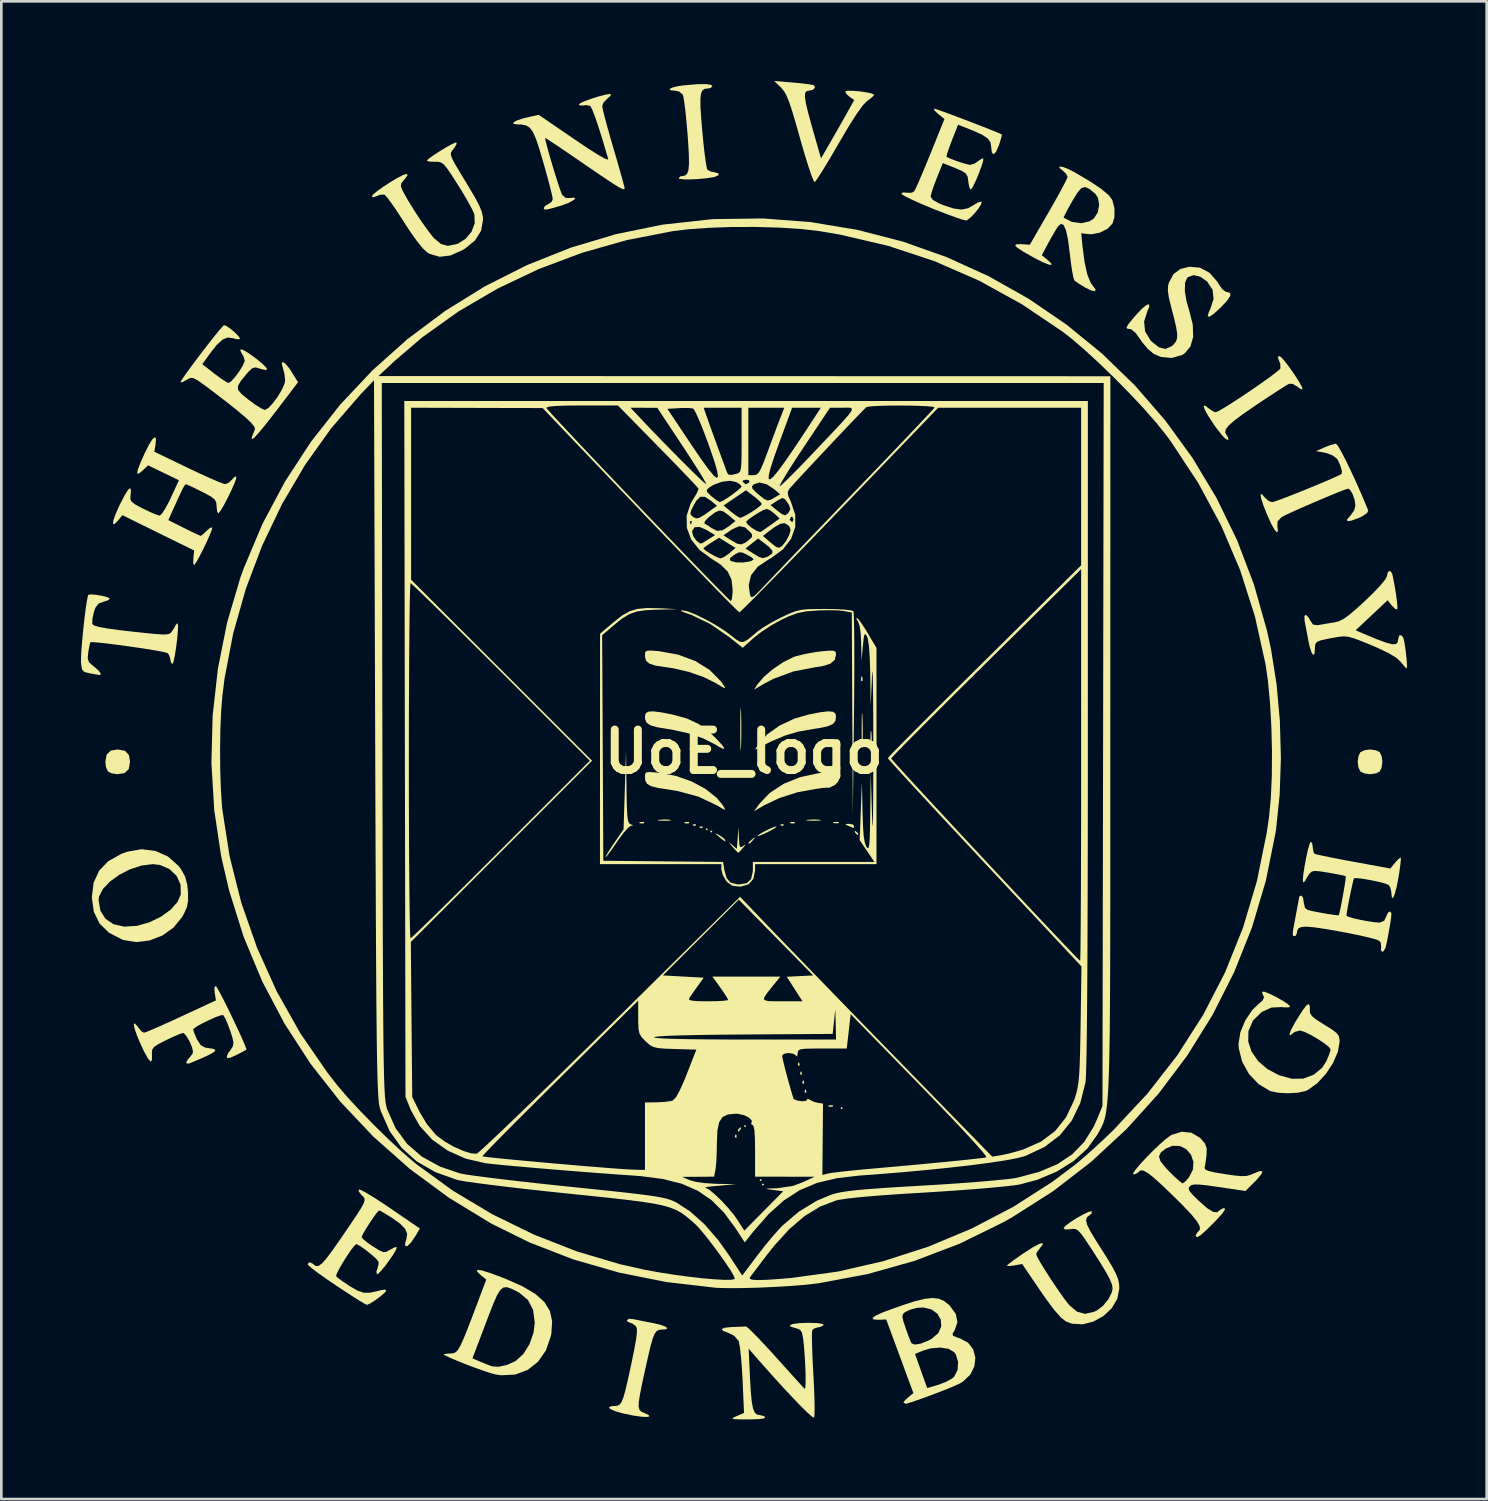
<source format=kicad_pcb>
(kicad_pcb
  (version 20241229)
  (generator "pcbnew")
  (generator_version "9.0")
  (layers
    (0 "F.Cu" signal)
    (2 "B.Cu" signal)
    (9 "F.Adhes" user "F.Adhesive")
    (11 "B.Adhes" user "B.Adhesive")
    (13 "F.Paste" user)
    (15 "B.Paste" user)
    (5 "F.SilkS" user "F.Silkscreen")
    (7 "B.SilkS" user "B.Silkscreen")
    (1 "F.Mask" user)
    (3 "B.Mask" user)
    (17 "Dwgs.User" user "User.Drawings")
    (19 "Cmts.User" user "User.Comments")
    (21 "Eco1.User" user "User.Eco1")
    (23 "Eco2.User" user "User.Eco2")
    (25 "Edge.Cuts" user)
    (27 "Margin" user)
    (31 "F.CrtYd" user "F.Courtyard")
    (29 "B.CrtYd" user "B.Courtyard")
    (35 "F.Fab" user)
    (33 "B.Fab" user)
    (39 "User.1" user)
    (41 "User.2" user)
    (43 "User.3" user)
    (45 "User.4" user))
  (footprint "UoE_logo"
    (layer "F.Cu")
    (at 24.961 25.257)
    (property "Reference" "UoE_logo" (at 0 0 0) (layer "F.SilkS") (effects (font (size 1.524 1.524) (thickness 0.3))))
    (attr board_only exclude_from_pos_files exclude_from_bom)
    (fp_poly (pts (xy -1.355 2.921) (xy -1.397 2.963) (xy -1.439 2.921) (xy -1.397 2.879)) (stroke (width 0) (type solid)) (fill yes) (layer "F.SilkS"))
    (fp_poly (pts (xy -1.185 3.006) (xy -1.228 3.048) (xy -1.27 3.006) (xy -1.228 2.963)) (stroke (width 0) (type solid)) (fill yes) (layer "F.SilkS"))
    (fp_poly (pts (xy 0.085 14.097) (xy 0.042 14.139) (xy 0 14.097) (xy 0.042 14.055)) (stroke (width 0) (type solid)) (fill yes) (layer "F.SilkS"))
    (fp_poly (pts (xy 0.677 16.129) (xy 0.635 16.171) (xy 0.593 16.129) (xy 0.635 16.087)) (stroke (width 0) (type solid)) (fill yes) (layer "F.SilkS"))
    (fp_poly (pts (xy 0.762 16.298) (xy 0.72 16.341) (xy 0.677 16.298) (xy 0.72 16.256)) (stroke (width 0) (type solid)) (fill yes) (layer "F.SilkS"))
    (fp_poly (pts (xy 3.725 13.42) (xy 3.683 13.462) (xy 3.641 13.42) (xy 3.683 13.377)) (stroke (width 0) (type solid)) (fill yes) (layer "F.SilkS"))
    (fp_poly (pts (xy -3.748 2.658) (xy -3.774 2.697) (xy -3.859 2.703) (xy -3.95 2.682) (xy -3.911 2.651) (xy -3.778 2.641)) (stroke (width 0) (type solid)) (fill yes) (layer "F.SilkS"))
    (fp_poly (pts (xy -2.055 2.658) (xy -2.08 2.697) (xy -2.166 2.703) (xy -2.256 2.682) (xy -2.217 2.651) (xy -2.085 2.641)) (stroke (width 0) (type solid)) (fill yes) (layer "F.SilkS"))
    (fp_poly (pts (xy -1.806 2.738) (xy -1.818 2.788) (xy -1.863 2.794) (xy -1.932 2.763) (xy -1.919 2.738) (xy -1.819 2.727)) (stroke (width 0) (type solid)) (fill yes) (layer "F.SilkS"))
    (fp_poly (pts (xy -1.552 2.822) (xy -1.564 2.873) (xy -1.609 2.879) (xy -1.678 2.848) (xy -1.665 2.822) (xy -1.565 2.812)) (stroke (width 0) (type solid)) (fill yes) (layer "F.SilkS"))
    (fp_poly (pts (xy -0.282 14.422) (xy -0.272 14.522) (xy -0.282 14.534) (xy -0.333 14.523) (xy -0.339 14.478) (xy -0.308 14.408)) (stroke (width 0) (type solid)) (fill yes) (layer "F.SilkS"))
    (fp_poly (pts (xy 1.496 2.738) (xy 1.484 2.788) (xy 1.439 2.794) (xy 1.37 2.763) (xy 1.383 2.738) (xy 1.483 2.727)) (stroke (width 0) (type solid)) (fill yes) (layer "F.SilkS"))
    (fp_poly (pts (xy 1.924 2.658) (xy 1.899 2.697) (xy 1.813 2.703) (xy 1.723 2.682) (xy 1.762 2.651) (xy 1.894 2.641)) (stroke (width 0) (type solid)) (fill yes) (layer "F.SilkS"))
    (fp_poly (pts (xy 2.088 11.712) (xy 2.099 11.813) (xy 2.088 11.825) (xy 2.038 11.813) (xy 2.032 11.769) (xy 2.063 11.699)) (stroke (width 0) (type solid)) (fill yes) (layer "F.SilkS"))
    (fp_poly (pts (xy 2.173 12.051) (xy 2.183 12.151) (xy 2.173 12.164) (xy 2.123 12.152) (xy 2.117 12.107) (xy 2.148 12.038)) (stroke (width 0) (type solid)) (fill yes) (layer "F.SilkS"))
    (fp_poly (pts (xy 2.258 12.39) (xy 2.268 12.49) (xy 2.258 12.502) (xy 2.207 12.491) (xy 2.201 12.446) (xy 2.232 12.376)) (stroke (width 0) (type solid)) (fill yes) (layer "F.SilkS"))
    (fp_poly (pts (xy 2.342 12.728) (xy 2.353 12.829) (xy 2.342 12.841) (xy 2.292 12.829) (xy 2.286 12.785) (xy 2.317 12.715)) (stroke (width 0) (type solid)) (fill yes) (layer "F.SilkS"))
    (fp_poly (pts (xy 3.364 13.326) (xy 3.338 13.365) (xy 3.253 13.371) (xy 3.162 13.35) (xy 3.201 13.319) (xy 3.334 13.309)) (stroke (width 0) (type solid)) (fill yes) (layer "F.SilkS"))
    (fp_poly (pts (xy 3.577 2.653) (xy 3.588 2.684) (xy 3.471 2.696) (xy 3.351 2.683) (xy 3.365 2.653) (xy 3.539 2.642)) (stroke (width 0) (type solid)) (fill yes) (layer "F.SilkS"))
    (fp_poly (pts (xy 4.461 -2.81) (xy 4.471 -2.678) (xy 4.454 -2.648) (xy 4.415 -2.673) (xy 4.409 -2.759) (xy 4.43 -2.849)) (stroke (width 0) (type solid)) (fill yes) (layer "F.SilkS"))
    (fp_poly (pts (xy 4.22 2.998) (xy 4.311 3.083) (xy 4.293 3.132) (xy 4.281 3.133) (xy 4.209 3.073) (xy 4.183 3.035) (xy 4.173 2.977)) (stroke (width 0) (type solid)) (fill yes) (layer "F.SilkS"))
    (fp_poly (pts (xy -2.772 2.565) (xy -2.738 2.585) (xy -2.849 2.598) (xy -3.006 2.6) (xy -3.198 2.594) (xy -3.254 2.579) (xy -3.195 2.564) (xy -2.945 2.55)) (stroke (width 0) (type solid)) (fill yes) (layer "F.SilkS"))
    (fp_poly (pts (xy -0.957 3.127) (xy -0.792 3.231) (xy -0.719 3.302) (xy -0.688 3.377) (xy -0.755 3.347) (xy -0.931 3.21) (xy -1.058 3.101) (xy -1.055 3.083)) (stroke (width 0) (type solid)) (fill yes) (layer "F.SilkS"))
    (fp_poly (pts (xy -0.111 14.194) (xy -0.127 14.224) (xy -0.207 14.305) (xy -0.222 14.309) (xy -0.227 14.254) (xy -0.212 14.224) (xy -0.132 14.143) (xy -0.117 14.139)) (stroke (width 0) (type solid)) (fill yes) (layer "F.SilkS"))
    (fp_poly (pts (xy 0.397 3.262) (xy 0.349 3.323) (xy 0.226 3.455) (xy 0.171 3.454) (xy 0.169 3.439) (xy 0.227 3.369) (xy 0.318 3.291) (xy 0.418 3.218)) (stroke (width 0) (type solid)) (fill yes) (layer "F.SilkS"))
    (fp_poly (pts (xy 2.857 2.564) (xy 2.91 2.582) (xy 2.814 2.595) (xy 2.625 2.599) (xy 2.416 2.594) (xy 2.337 2.58) (xy 2.392 2.564) (xy 2.665 2.55)) (stroke (width 0) (type solid)) (fill yes) (layer "F.SilkS"))
    (fp_poly (pts (xy 4.802 -0.741) (xy 4.816 -0.467) (xy 4.802 -0.275) (xy 4.784 -0.223) (xy 4.771 -0.319) (xy 4.767 -0.508) (xy 4.772 -0.717) (xy 4.786 -0.795)) (stroke (width 0) (type solid)) (fill yes) (layer "F.SilkS"))
    (fp_poly (pts (xy 4.107 2.742) (xy 4.149 2.794) (xy 4.132 2.872) (xy 4.128 2.873) (xy 4.043 2.839) (xy 3.937 2.794) (xy 3.823 2.738) (xy 3.867 2.719) (xy 3.958 2.715)) (stroke (width 0) (type solid)) (fill yes) (layer "F.SilkS"))
    (fp_poly (pts (xy 1.234 2.814) (xy 1.184 2.866) (xy 1.022 2.962) (xy 0.887 3.031) (xy 0.671 3.129) (xy 0.534 3.177) (xy 0.508 3.176) (xy 0.576 3.115) (xy 0.74 3.019) (xy 0.942 2.918) (xy 1.124 2.839) (xy 1.228 2.812)) (stroke (width 0) (type solid)) (fill yes) (layer "F.SilkS"))
    (fp_poly (pts (xy -23.305 -0.035) (xy -23.155 0.125) (xy -23.114 0.381) (xy -23.164 0.656) (xy -23.324 0.805) (xy -23.58 0.847) (xy -23.799 0.816) (xy -23.944 0.745) (xy -24.017 0.592) (xy -24.045 0.381) (xy -23.996 0.106) (xy -23.836 -0.043) (xy -23.58 -0.085)) (stroke (width 0) (type solid)) (fill yes) (layer "F.SilkS"))
    (fp_poly (pts (xy -0.114 -1.631) (xy -0.106 -1.503) (xy -0.096 -1.059) (xy -0.096 -0.565) (xy -0.106 -0.191) (xy -0.116 -0.049) (xy -0.124 -0.064) (xy -0.13 -0.224) (xy -0.134 -0.516) (xy -0.135 -0.847) (xy -0.134 -1.239) (xy -0.129 -1.508) (xy -0.123 -1.643)) (stroke (width 0) (type solid)) (fill yes) (layer "F.SilkS"))
    (fp_poly (pts (xy 4.461 -1.406) (xy 4.466 -1.33) (xy 4.477 -0.926) (xy 4.475 -0.491) (xy 4.465 -0.229) (xy 4.455 -0.115) (xy 4.446 -0.155) (xy 4.439 -0.337) (xy 4.436 -0.646) (xy 4.436 -0.804) (xy 4.438 -1.156) (xy 4.443 -1.382) (xy 4.451 -1.47)) (stroke (width 0) (type solid)) (fill yes) (layer "F.SilkS"))
    (fp_poly (pts (xy 23.799 -0.054) (xy 23.944 0.017) (xy 24.017 0.17) (xy 24.045 0.381) (xy 24.014 0.6) (xy 23.944 0.745) (xy 23.791 0.818) (xy 23.58 0.847) (xy 23.36 0.816) (xy 23.216 0.745) (xy 23.143 0.592) (xy 23.114 0.381) (xy 23.145 0.162) (xy 23.216 0.017) (xy 23.369 -0.056) (xy 23.58 -0.085)) (stroke (width 0) (type solid)) (fill yes) (layer "F.SilkS"))
    (fp_poly (pts (xy -0.185 3.249) (xy -0.17 3.49) (xy -0.139 3.592) (xy -0.076 3.585) (xy -0.021 3.547) (xy 0.063 3.488) (xy 0.036 3.537) (xy -0.034 3.621) (xy -0.153 3.755) (xy -0.21 3.81) (xy -0.269 3.754) (xy -0.397 3.614) (xy -0.43 3.578) (xy -0.547 3.441) (xy -0.552 3.42) (xy -0.449 3.502) (xy -0.264 3.658) (xy -0.232 3.247) (xy -0.2 2.836)) (stroke (width 0) (type solid)) (fill yes) (layer "F.SilkS"))
    (fp_poly (pts (xy 3.358 -1.505) (xy 3.448 -1.436) (xy 3.471 -1.323) (xy 3.447 -1.158) (xy 3.353 -1.042) (xy 3.162 -0.958) (xy 2.846 -0.891) (xy 2.625 -0.858) (xy 2.054 -0.757) (xy 1.558 -0.612) (xy 1.049 -0.397) (xy 0.857 -0.302) (xy 0.415 -0.077) (xy 0.547 -0.279) (xy 0.885 -0.659) (xy 1.355 -0.991) (xy 1.92 -1.252) (xy 2.441 -1.401) (xy 2.878 -1.486) (xy 3.175 -1.521)) (stroke (width 0) (type solid)) (fill yes) (layer "F.SilkS"))
    (fp_poly (pts (xy 3.385 0.769) (xy 3.454 0.812) (xy 3.471 0.906) (xy 3.471 0.952) (xy 3.443 1.133) (xy 3.337 1.256) (xy 3.126 1.337) (xy 2.779 1.393) (xy 2.708 1.4) (xy 2.02 1.526) (xy 1.342 1.742) (xy 0.767 2.016) (xy 0.384 2.241) (xy 0.574 1.973) (xy 0.971 1.554) (xy 1.496 1.21) (xy 2.123 0.956) (xy 2.822 0.807) (xy 2.933 0.794) (xy 3.224 0.767)) (stroke (width 0) (type solid)) (fill yes) (layer "F.SilkS"))
    (fp_poly (pts (xy -3.313 0.781) (xy -3.171 0.795) (xy -2.557 0.911) (xy -1.969 1.119) (xy -1.446 1.4) (xy -1.025 1.734) (xy -0.807 1.997) (xy -0.718 2.14) (xy -0.715 2.186) (xy -0.819 2.139) (xy -1.006 2.026) (xy -1.709 1.692) (xy -2.53 1.473) (xy -2.827 1.426) (xy -3.231 1.364) (xy -3.495 1.296) (xy -3.646 1.208) (xy -3.713 1.083) (xy -3.725 0.952) (xy -3.718 0.838) (xy -3.673 0.779) (xy -3.55 0.764)) (stroke (width 0) (type solid)) (fill yes) (layer "F.SilkS"))
    (fp_poly (pts (xy 3.389 -3.801) (xy 3.457 -3.757) (xy 3.471 -3.666) (xy 3.471 -3.659) (xy 3.421 -3.457) (xy 3.256 -3.315) (xy 2.957 -3.221) (xy 2.662 -3.178) (xy 1.864 -3.023) (xy 1.107 -2.743) (xy 0.769 -2.566) (xy 0.382 -2.339) (xy 0.517 -2.545) (xy 0.756 -2.823) (xy 1.098 -3.112) (xy 1.483 -3.371) (xy 1.854 -3.558) (xy 1.967 -3.598) (xy 2.313 -3.683) (xy 2.715 -3.755) (xy 2.942 -3.783) (xy 3.231 -3.807)) (stroke (width 0) (type solid)) (fill yes) (layer "F.SilkS"))
    (fp_poly (pts (xy -3.105 -1.482) (xy -2.697 -1.402) (xy -2.147 -1.252) (xy -1.702 -1.043) (xy -1.298 -0.742) (xy -1.062 -0.515) (xy -0.835 -0.27) (xy -0.737 -0.132) (xy -0.769 -0.103) (xy -0.931 -0.182) (xy -1.058 -0.261) (xy -1.524 -0.499) (xy -2.102 -0.697) (xy -2.738 -0.837) (xy -2.866 -0.856) (xy -3.262 -0.921) (xy -3.517 -0.993) (xy -3.659 -1.089) (xy -3.718 -1.224) (xy -3.725 -1.323) (xy -3.698 -1.443) (xy -3.602 -1.508) (xy -3.412 -1.521)) (stroke (width 0) (type solid)) (fill yes) (layer "F.SilkS"))
    (fp_poly (pts (xy -3.312 -3.796) (xy -3.184 -3.784) (xy -2.471 -3.655) (xy -1.83 -3.416) (xy -1.288 -3.08) (xy -0.873 -2.66) (xy -0.843 -2.619) (xy -0.73 -2.457) (xy -0.707 -2.393) (xy -0.79 -2.423) (xy -0.996 -2.546) (xy -1.058 -2.585) (xy -1.513 -2.811) (xy -2.066 -3.004) (xy -2.649 -3.141) (xy -2.921 -3.181) (xy -3.307 -3.238) (xy -3.551 -3.314) (xy -3.681 -3.423) (xy -3.724 -3.58) (xy -3.725 -3.614) (xy -3.719 -3.732) (xy -3.673 -3.794) (xy -3.55 -3.811)) (stroke (width 0) (type solid)) (fill yes) (layer "F.SilkS"))
    (fp_poly (pts (xy -4.42 1.327) (xy -4.412 1.842) (xy -4.4 2.212) (xy -4.383 2.461) (xy -4.357 2.615) (xy -4.318 2.697) (xy -4.265 2.732) (xy -4.255 2.736) (xy -4.161 2.768) (xy -4.23 2.783) (xy -4.242 2.784) (xy -4.349 2.855) (xy -4.514 3.036) (xy -4.708 3.293) (xy -4.772 3.387) (xy -4.957 3.657) (xy -5.106 3.862) (xy -5.197 3.971) (xy -5.211 3.979) (xy -5.188 3.916) (xy -5.089 3.747) (xy -4.932 3.507) (xy -4.893 3.45) (xy -4.53 2.921) (xy -4.483 1.439) (xy -4.437 -0.042)) (stroke (width 0) (type solid)) (fill yes) (layer "F.SilkS"))
    (fp_poly (pts (xy -1.229 -25.11) (xy -1.185 -25.061) (xy -1.256 -24.991) (xy -1.344 -24.977) (xy -1.47 -24.963) (xy -1.558 -24.907) (xy -1.613 -24.788) (xy -1.637 -24.583) (xy -1.634 -24.271) (xy -1.605 -23.83) (xy -1.566 -23.369) (xy -1.521 -22.9) (xy -1.474 -22.49) (xy -1.429 -22.168) (xy -1.391 -21.965) (xy -1.37 -21.91) (xy -1.23 -21.843) (xy -1.113 -21.822) (xy -0.957 -21.778) (xy -0.956 -21.707) (xy -1.11 -21.642) (xy -1.122 -21.639) (xy -1.399 -21.596) (xy -1.712 -21.566) (xy -2.018 -21.551) (xy -2.271 -21.553) (xy -2.427 -21.572) (xy -2.455 -21.593) (xy -2.387 -21.667) (xy -2.339 -21.675) (xy -2.221 -21.693) (xy -2.138 -21.761) (xy -2.087 -21.901) (xy -2.066 -22.135) (xy -2.071 -22.484) (xy -2.1 -22.969) (xy -2.121 -23.257) (xy -2.161 -23.726) (xy -2.204 -24.142) (xy -2.246 -24.474) (xy -2.283 -24.687) (xy -2.3 -24.744) (xy -2.437 -24.859) (xy -2.585 -24.892) (xy -2.766 -24.909) (xy -2.802 -24.95) (xy -2.711 -25.003) (xy -2.514 -25.056) (xy -2.274 -25.092) (xy -1.766 -25.135) (xy -1.419 -25.141)) (stroke (width 0) (type solid)) (fill yes) (layer "F.SilkS"))
    (fp_poly (pts (xy -22.161 3.735) (xy -21.689 3.945) (xy -21.294 4.293) (xy -21.192 4.427) (xy -21.039 4.703) (xy -20.958 5.014) (xy -20.933 5.279) (xy -20.928 5.605) (xy -20.971 5.849) (xy -21.081 6.096) (xy -21.154 6.226) (xy -21.474 6.62) (xy -21.894 6.919) (xy -22.376 7.107) (xy -22.879 7.169) (xy -23.363 7.09) (xy -23.405 7.075) (xy -23.905 6.818) (xy -24.261 6.47) (xy -24.477 6.028) (xy -24.54 5.581) (xy -24.299 5.581) (xy -24.231 5.987) (xy -24.036 6.295) (xy -23.731 6.497) (xy -23.332 6.587) (xy -22.857 6.557) (xy -22.386 6.424) (xy -21.95 6.214) (xy -21.585 5.948) (xy -21.325 5.655) (xy -21.204 5.377) (xy -21.211 5.004) (xy -21.361 4.676) (xy -21.627 4.42) (xy -21.981 4.266) (xy -22.256 4.233) (xy -22.678 4.285) (xy -23.109 4.425) (xy -23.517 4.634) (xy -23.87 4.888) (xy -24.136 5.168) (xy -24.281 5.452) (xy -24.299 5.581) (xy -24.54 5.581) (xy -24.552 5.493) (xy -24.552 5.479) (xy -24.486 4.934) (xy -24.281 4.483) (xy -23.936 4.123) (xy -23.446 3.848) (xy -23.218 3.765) (xy -22.68 3.671)) (stroke (width 0) (type solid)) (fill yes) (layer "F.SilkS"))
    (fp_poly (pts (xy 20.254 -14.835) (xy 20.396 -14.669) (xy 20.569 -14.438) (xy 20.747 -14.182) (xy 20.902 -13.939) (xy 21.008 -13.748) (xy 21.039 -13.646) (xy 21.036 -13.642) (xy 20.954 -13.663) (xy 20.832 -13.755) (xy 20.661 -13.851) (xy 20.532 -13.855) (xy 20.419 -13.792) (xy 20.193 -13.65) (xy 19.881 -13.448) (xy 19.51 -13.203) (xy 19.258 -13.033) (xy 18.797 -12.716) (xy 18.467 -12.47) (xy 18.254 -12.282) (xy 18.145 -12.136) (xy 18.126 -12.017) (xy 18.182 -11.91) (xy 18.211 -11.88) (xy 18.253 -11.772) (xy 18.221 -11.737) (xy 18.14 -11.779) (xy 17.992 -11.935) (xy 17.803 -12.176) (xy 17.696 -12.325) (xy 17.483 -12.651) (xy 17.354 -12.886) (xy 17.313 -13.018) (xy 17.364 -13.035) (xy 17.509 -12.927) (xy 17.511 -12.925) (xy 17.67 -12.816) (xy 17.768 -12.785) (xy 17.878 -12.831) (xy 18.096 -12.957) (xy 18.392 -13.142) (xy 18.737 -13.367) (xy 19.102 -13.612) (xy 19.457 -13.858) (xy 19.774 -14.083) (xy 20.022 -14.269) (xy 20.173 -14.396) (xy 20.204 -14.433) (xy 20.202 -14.595) (xy 20.154 -14.725) (xy 20.103 -14.861) (xy 20.159 -14.9) (xy 20.169 -14.9)) (stroke (width 0) (type solid)) (fill yes) (layer "F.SilkS"))
    (fp_poly (pts (xy -4.17 21.366) (xy -3.961 21.408) (xy -3.66 21.468) (xy -3.408 21.517) (xy -3.113 21.587) (xy -2.931 21.658) (xy -2.878 21.716) (xy -2.966 21.753) (xy -3.092 21.759) (xy -3.198 21.77) (xy -3.284 21.815) (xy -3.359 21.918) (xy -3.432 22.1) (xy -3.513 22.383) (xy -3.61 22.789) (xy -3.725 23.304) (xy -3.839 23.833) (xy -3.916 24.22) (xy -3.957 24.491) (xy -3.962 24.67) (xy -3.932 24.78) (xy -3.868 24.846) (xy -3.77 24.891) (xy -3.768 24.892) (xy -3.588 24.976) (xy -3.555 25.029) (xy -3.651 25.051) (xy -3.857 25.041) (xy -4.154 24.999) (xy -4.522 24.924) (xy -4.551 24.917) (xy -4.849 24.832) (xy -5.029 24.751) (xy -5.079 24.685) (xy -4.986 24.645) (xy -4.867 24.638) (xy -4.764 24.629) (xy -4.681 24.587) (xy -4.609 24.492) (xy -4.539 24.321) (xy -4.462 24.053) (xy -4.371 23.666) (xy -4.257 23.14) (xy -4.228 23.005) (xy -4.125 22.499) (xy -4.059 22.133) (xy -4.028 21.884) (xy -4.029 21.726) (xy -4.061 21.637) (xy -4.066 21.63) (xy -4.21 21.524) (xy -4.286 21.505) (xy -4.392 21.451) (xy -4.403 21.411) (xy -4.331 21.353)) (stroke (width 0) (type solid)) (fill yes) (layer "F.SilkS"))
    (fp_poly (pts (xy 3.473 -5.369) (xy 3.808 -5.35) (xy 4.037 -5.322) (xy 4.123 -5.292) (xy 4.136 -5.192) (xy 4.147 -4.94) (xy 4.154 -4.554) (xy 4.159 -4.051) (xy 4.16 -3.448) (xy 4.158 -2.763) (xy 4.153 -2.012) (xy 4.147 -1.397) (xy 4.103 2.413) (xy 4.064 -5.242) (xy 3.763 -5.298) (xy 3.534 -5.321) (xy 3.201 -5.329) (xy 2.828 -5.321) (xy 2.752 -5.317) (xy 2.345 -5.285) (xy 2.025 -5.222) (xy 1.71 -5.108) (xy 1.409 -4.967) (xy 1.042 -4.764) (xy 0.674 -4.524) (xy 0.382 -4.297) (xy 0.367 -4.284) (xy -0.042 -3.914) (xy -0.55 -4.316) (xy -1.267 -4.812) (xy -1.972 -5.151) (xy -2.159 -5.215) (xy -2.327 -5.28) (xy -2.363 -5.321) (xy -2.326 -5.328) (xy -2.127 -5.288) (xy -1.829 -5.172) (xy -1.474 -5) (xy -1.101 -4.795) (xy -0.752 -4.575) (xy -0.524 -4.409) (xy -0.302 -4.233) (xy -0.147 -4.14) (xy -0.015 -4.133) (xy 0.139 -4.217) (xy 0.362 -4.398) (xy 0.504 -4.519) (xy 0.723 -4.675) (xy 1.036 -4.863) (xy 1.381 -5.045) (xy 1.435 -5.071) (xy 1.717 -5.202) (xy 1.941 -5.289) (xy 2.155 -5.341) (xy 2.408 -5.367) (xy 2.748 -5.375) (xy 3.065 -5.376)) (stroke (width 0) (type solid)) (fill yes) (layer "F.SilkS"))
    (fp_poly (pts (xy 1.855 -25.198) (xy 2.189 -25.166) (xy 2.458 -25.133) (xy 2.618 -25.103) (xy 2.639 -25.095) (xy 2.681 -25.009) (xy 2.601 -24.926) (xy 2.45 -24.892) (xy 2.358 -24.873) (xy 2.307 -24.802) (xy 2.298 -24.659) (xy 2.335 -24.422) (xy 2.418 -24.072) (xy 2.551 -23.586) (xy 2.595 -23.429) (xy 2.905 -22.343) (xy 3.214 -22.876) (xy 3.425 -23.243) (xy 3.661 -23.658) (xy 3.84 -23.975) (xy 4.155 -24.539) (xy 3.973 -24.667) (xy 3.848 -24.785) (xy 3.822 -24.866) (xy 3.911 -24.89) (xy 4.109 -24.888) (xy 4.362 -24.866) (xy 4.615 -24.83) (xy 4.815 -24.786) (xy 4.906 -24.742) (xy 4.907 -24.736) (xy 4.842 -24.657) (xy 4.684 -24.535) (xy 4.648 -24.511) (xy 4.488 -24.351) (xy 4.26 -24.038) (xy 3.963 -23.572) (xy 3.597 -22.952) (xy 3.572 -22.909) (xy 3.314 -22.465) (xy 3.081 -22.075) (xy 2.886 -21.76) (xy 2.744 -21.544) (xy 2.67 -21.451) (xy 2.667 -21.449) (xy 2.62 -21.518) (xy 2.537 -21.727) (xy 2.427 -22.052) (xy 2.297 -22.47) (xy 2.155 -22.957) (xy 2.117 -23.093) (xy 1.952 -23.676) (xy 1.82 -24.119) (xy 1.712 -24.446) (xy 1.619 -24.679) (xy 1.532 -24.844) (xy 1.443 -24.963) (xy 1.397 -25.011) (xy 1.143 -25.257)) (stroke (width 0) (type solid)) (fill yes) (layer "F.SilkS"))
    (fp_poly (pts (xy 22.364 -11.525) (xy 22.486 -11.319) (xy 22.649 -11.007) (xy 22.841 -10.611) (xy 23.051 -10.159) (xy 23.265 -9.673) (xy 23.473 -9.179) (xy 23.512 -9.081) (xy 23.466 -8.985) (xy 23.282 -8.864) (xy 23.153 -8.804) (xy 22.873 -8.7) (xy 22.725 -8.682) (xy 22.716 -8.749) (xy 22.845 -8.894) (xy 22.981 -9.088) (xy 23.029 -9.27) (xy 22.998 -9.489) (xy 22.921 -9.707) (xy 22.825 -9.865) (xy 22.757 -9.906) (xy 22.647 -9.874) (xy 22.417 -9.786) (xy 22.1 -9.657) (xy 21.729 -9.502) (xy 21.338 -9.334) (xy 20.96 -9.169) (xy 20.629 -9.02) (xy 20.379 -8.902) (xy 20.248 -8.832) (xy 20.099 -8.679) (xy 20.089 -8.499) (xy 20.109 -8.307) (xy 20.072 -8.261) (xy 19.988 -8.353) (xy 19.863 -8.574) (xy 19.708 -8.913) (xy 19.565 -9.272) (xy 19.481 -9.533) (xy 19.458 -9.683) (xy 19.497 -9.707) (xy 19.601 -9.591) (xy 19.614 -9.574) (xy 19.767 -9.438) (xy 19.893 -9.398) (xy 20.007 -9.429) (xy 20.243 -9.514) (xy 20.567 -9.638) (xy 20.946 -9.787) (xy 21.346 -9.95) (xy 21.734 -10.111) (xy 22.077 -10.257) (xy 22.34 -10.374) (xy 22.491 -10.449) (xy 22.51 -10.462) (xy 22.519 -10.567) (xy 22.469 -10.752) (xy 22.383 -10.95) (xy 22.328 -11.039) (xy 22.171 -11.158) (xy 21.932 -11.248) (xy 21.879 -11.259) (xy 21.548 -11.32) (xy 21.862 -11.46) (xy 22.092 -11.549) (xy 22.268 -11.597) (xy 22.295 -11.599)) (stroke (width 0) (type solid)) (fill yes) (layer "F.SilkS"))
    (fp_poly (pts (xy -9.886 19.528) (xy -9.583 19.619) (xy -9.129 19.787) (xy -8.985 19.843) (xy -8.34 20.129) (xy -7.853 20.417) (xy -7.512 20.722) (xy -7.305 21.059) (xy -7.22 21.442) (xy -7.247 21.886) (xy -7.269 22.007) (xy -7.453 22.544) (xy -7.752 22.973) (xy -8.147 23.281) (xy -8.617 23.455) (xy -9.143 23.481) (xy -9.356 23.448) (xy -9.552 23.395) (xy -9.828 23.303) (xy -10.152 23.187) (xy -10.489 23.059) (xy -10.806 22.931) (xy -11.009 22.845) (xy -10.221 22.845) (xy -9.916 22.974) (xy -9.683 23.069) (xy -9.504 23.137) (xy -9.483 23.145) (xy -9.238 23.16) (xy -8.926 23.091) (xy -8.614 22.954) (xy -8.587 22.938) (xy -8.302 22.679) (xy -8.071 22.307) (xy -7.92 21.876) (xy -7.874 21.494) (xy -7.937 21.019) (xy -8.129 20.649) (xy -8.458 20.371) (xy -8.545 20.323) (xy -8.757 20.219) (xy -8.921 20.164) (xy -9.053 20.174) (xy -9.171 20.267) (xy -9.29 20.459) (xy -9.427 20.767) (xy -9.6 21.207) (xy -9.71 21.498) (xy -10.221 22.845) (xy -11.009 22.845) (xy -11.071 22.818) (xy -11.25 22.733) (xy -11.309 22.687) (xy -11.303 22.684) (xy -11.158 22.667) (xy -11.008 22.658) (xy -10.918 22.645) (xy -10.837 22.602) (xy -10.756 22.509) (xy -10.664 22.346) (xy -10.55 22.094) (xy -10.403 21.731) (xy -10.214 21.238) (xy -10.111 20.966) (xy -9.7 19.877) (xy -9.9 19.716) (xy -10.044 19.577) (xy -10.04 19.514)) (stroke (width 0) (type solid)) (fill yes) (layer "F.SilkS"))
    (fp_poly (pts (xy 17.178 -18.226) (xy 17.534 -18.036) (xy 17.823 -17.707) (xy 17.878 -17.611) (xy 18.012 -17.421) (xy 18.147 -17.319) (xy 18.176 -17.314) (xy 18.314 -17.278) (xy 18.319 -17.168) (xy 18.189 -16.976) (xy 17.952 -16.724) (xy 17.694 -16.488) (xy 17.531 -16.38) (xy 17.467 -16.401) (xy 17.506 -16.55) (xy 17.562 -16.667) (xy 17.688 -17.052) (xy 17.65 -17.397) (xy 17.448 -17.702) (xy 17.189 -17.888) (xy 16.933 -17.946) (xy 16.72 -17.869) (xy 16.696 -17.848) (xy 16.613 -17.657) (xy 16.605 -17.35) (xy 16.669 -16.96) (xy 16.764 -16.637) (xy 16.903 -16.09) (xy 16.92 -15.626) (xy 16.816 -15.257) (xy 16.594 -14.996) (xy 16.498 -14.937) (xy 16.11 -14.827) (xy 15.703 -14.867) (xy 15.428 -14.986) (xy 15.218 -15.163) (xy 15.003 -15.414) (xy 14.921 -15.536) (xy 14.756 -15.765) (xy 14.603 -15.898) (xy 14.542 -15.917) (xy 14.437 -15.928) (xy 14.41 -15.977) (xy 14.472 -16.089) (xy 14.632 -16.289) (xy 14.753 -16.431) (xy 14.984 -16.676) (xy 15.156 -16.818) (xy 15.256 -16.85) (xy 15.27 -16.767) (xy 15.2 -16.599) (xy 15.071 -16.201) (xy 15.109 -15.83) (xy 15.311 -15.493) (xy 15.359 -15.443) (xy 15.634 -15.226) (xy 15.877 -15.167) (xy 16.105 -15.266) (xy 16.18 -15.333) (xy 16.267 -15.439) (xy 16.313 -15.565) (xy 16.317 -15.741) (xy 16.277 -15.996) (xy 16.191 -16.362) (xy 16.097 -16.718) (xy 16.005 -17.093) (xy 15.966 -17.356) (xy 15.977 -17.554) (xy 16.004 -17.66) (xy 16.177 -17.985) (xy 16.448 -18.183) (xy 16.782 -18.263)) (stroke (width 0) (type solid)) (fill yes) (layer "F.SilkS"))
    (fp_poly (pts (xy 13.102 17.307) (xy 13.092 17.391) (xy 13.017 17.452) (xy 12.917 17.534) (xy 12.885 17.649) (xy 12.929 17.821) (xy 13.056 18.074) (xy 13.273 18.431) (xy 13.366 18.577) (xy 13.658 19.036) (xy 13.868 19.384) (xy 14.007 19.649) (xy 14.09 19.858) (xy 14.13 20.04) (xy 14.139 20.21) (xy 14.061 20.605) (xy 13.85 20.958) (xy 13.54 21.249) (xy 13.165 21.457) (xy 12.759 21.561) (xy 12.357 21.539) (xy 12.129 21.455) (xy 11.94 21.307) (xy 11.688 21.021) (xy 11.367 20.592) (xy 11.167 20.302) (xy 10.48 19.289) (xy 10.193 19.342) (xy 10.003 19.367) (xy 9.908 19.358) (xy 9.906 19.353) (xy 9.971 19.289) (xy 10.147 19.156) (xy 10.401 18.976) (xy 10.548 18.876) (xy 10.881 18.663) (xy 11.116 18.537) (xy 11.243 18.501) (xy 11.253 18.558) (xy 11.147 18.696) (xy 11.039 18.841) (xy 11.007 18.92) (xy 11.052 19.032) (xy 11.174 19.249) (xy 11.351 19.537) (xy 11.561 19.863) (xy 11.782 20.194) (xy 11.993 20.497) (xy 12.172 20.738) (xy 12.264 20.849) (xy 12.552 21.09) (xy 12.85 21.168) (xy 13.187 21.089) (xy 13.301 21.036) (xy 13.53 20.859) (xy 13.732 20.608) (xy 13.861 20.345) (xy 13.885 20.21) (xy 13.862 20.069) (xy 13.786 19.876) (xy 13.645 19.611) (xy 13.428 19.251) (xy 13.124 18.776) (xy 13.09 18.725) (xy 12.864 18.381) (xy 12.704 18.157) (xy 12.587 18.029) (xy 12.486 17.973) (xy 12.379 17.968) (xy 12.293 17.98) (xy 12.097 17.99) (xy 12.04 17.941) (xy 12.041 17.936) (xy 12.126 17.841) (xy 12.308 17.706) (xy 12.541 17.557) (xy 12.779 17.423) (xy 12.979 17.329) (xy 13.094 17.303)) (stroke (width 0) (type solid)) (fill yes) (layer "F.SilkS"))
    (fp_poly (pts (xy 24.41 -6.713) (xy 24.422 -6.671) (xy 24.491 -6.327) (xy 24.55 -5.981) (xy 24.592 -5.676) (xy 24.611 -5.453) (xy 24.603 -5.356) (xy 24.525 -5.38) (xy 24.4 -5.504) (xy 24.399 -5.506) (xy 24.24 -5.703) (xy 23.638 -5.137) (xy 23.036 -4.572) (xy 23.35 -4.438) (xy 23.827 -4.239) (xy 24.172 -4.111) (xy 24.406 -4.049) (xy 24.547 -4.051) (xy 24.618 -4.113) (xy 24.638 -4.232) (xy 24.638 -4.24) (xy 24.681 -4.381) (xy 24.771 -4.38) (xy 24.836 -4.281) (xy 24.871 -4.136) (xy 24.908 -3.903) (xy 24.941 -3.635) (xy 24.964 -3.383) (xy 24.972 -3.198) (xy 24.961 -3.133) (xy 24.891 -3.194) (xy 24.768 -3.344) (xy 24.744 -3.376) (xy 24.577 -3.533) (xy 24.286 -3.709) (xy 23.856 -3.914) (xy 23.647 -4.004) (xy 23.247 -4.169) (xy 22.962 -4.274) (xy 22.752 -4.33) (xy 22.578 -4.345) (xy 22.4 -4.327) (xy 22.308 -4.312) (xy 21.938 -4.243) (xy 21.704 -4.188) (xy 21.575 -4.131) (xy 21.519 -4.054) (xy 21.506 -3.943) (xy 21.505 -3.893) (xy 21.487 -3.693) (xy 21.441 -3.645) (xy 21.376 -3.738) (xy 21.305 -3.959) (xy 21.259 -4.17) (xy 21.199 -4.491) (xy 21.144 -4.779) (xy 21.114 -4.932) (xy 21.108 -5.114) (xy 21.168 -5.154) (xy 21.268 -5.051) (xy 21.324 -4.947) (xy 21.431 -4.79) (xy 21.59 -4.763) (xy 21.655 -4.773) (xy 21.895 -4.815) (xy 22.184 -4.862) (xy 22.231 -4.869) (xy 22.399 -4.91) (xy 22.574 -4.996) (xy 22.785 -5.145) (xy 23.059 -5.377) (xy 23.395 -5.684) (xy 23.717 -5.996) (xy 23.974 -6.268) (xy 24.147 -6.478) (xy 24.214 -6.602) (xy 24.215 -6.606) (xy 24.252 -6.77) (xy 24.334 -6.811)) (stroke (width 0) (type solid)) (fill yes) (layer "F.SilkS"))
    (fp_poly (pts (xy -24.386 -5.908) (xy -24.162 -5.869) (xy -23.971 -5.819) (xy -23.878 -5.769) (xy -23.876 -5.763) (xy -23.949 -5.7) (xy -24.125 -5.644) (xy -24.126 -5.644) (xy -24.305 -5.574) (xy -24.418 -5.422) (xy -24.476 -5.259) (xy -24.529 -5.018) (xy -24.538 -4.835) (xy -24.531 -4.804) (xy -24.458 -4.75) (xy -24.272 -4.696) (xy -23.958 -4.64) (xy -23.501 -4.578) (xy -23.069 -4.528) (xy -22.55 -4.471) (xy -22.173 -4.434) (xy -21.914 -4.416) (xy -21.746 -4.417) (xy -21.643 -4.437) (xy -21.581 -4.476) (xy -21.54 -4.526) (xy -21.434 -4.691) (xy -21.393 -4.775) (xy -21.336 -4.835) (xy -21.319 -4.826) (xy -21.305 -4.724) (xy -21.315 -4.507) (xy -21.343 -4.221) (xy -21.382 -3.912) (xy -21.428 -3.626) (xy -21.473 -3.408) (xy -21.513 -3.305) (xy -21.519 -3.302) (xy -21.578 -3.373) (xy -21.59 -3.461) (xy -21.645 -3.644) (xy -21.701 -3.712) (xy -21.807 -3.745) (xy -22.045 -3.793) (xy -22.379 -3.85) (xy -22.777 -3.912) (xy -23.205 -3.974) (xy -23.628 -4.031) (xy -24.014 -4.079) (xy -24.329 -4.113) (xy -24.538 -4.128) (xy -24.608 -4.122) (xy -24.634 -4.033) (xy -24.672 -3.836) (xy -24.686 -3.753) (xy -24.709 -3.52) (xy -24.662 -3.374) (xy -24.515 -3.239) (xy -24.478 -3.211) (xy -24.3 -3.058) (xy -24.215 -2.94) (xy -24.24 -2.888) (xy -24.278 -2.89) (xy -24.398 -2.911) (xy -24.607 -2.948) (xy -24.638 -2.953) (xy -24.825 -3) (xy -24.916 -3.087) (xy -24.953 -3.271) (xy -24.961 -3.369) (xy -24.96 -3.564) (xy -24.942 -3.867) (xy -24.911 -4.241) (xy -24.871 -4.648) (xy -24.826 -5.052) (xy -24.78 -5.416) (xy -24.736 -5.703) (xy -24.699 -5.876) (xy -24.685 -5.908) (xy -24.581 -5.924)) (stroke (width 0) (type solid)) (fill yes) (layer "F.SilkS"))
    (fp_poly (pts (xy 19.622 9.044) (xy 19.811 9.121) (xy 20.048 9.239) (xy 20.285 9.373) (xy 20.474 9.496) (xy 20.569 9.584) (xy 20.573 9.596) (xy 20.5 9.629) (xy 20.318 9.624) (xy 20.256 9.615) (xy 19.867 9.633) (xy 19.5 9.801) (xy 19.193 10.101) (xy 19.158 10.151) (xy 19 10.523) (xy 18.992 10.911) (xy 19.118 11.293) (xy 19.364 11.647) (xy 19.715 11.951) (xy 20.155 12.183) (xy 20.638 12.316) (xy 21.063 12.31) (xy 21.457 12.164) (xy 21.777 11.9) (xy 21.936 11.651) (xy 22.033 11.419) (xy 22.09 11.247) (xy 22.096 11.209) (xy 22.028 11.116) (xy 21.853 10.977) (xy 21.613 10.818) (xy 21.353 10.668) (xy 21.119 10.552) (xy 20.953 10.5) (xy 20.938 10.499) (xy 20.749 10.549) (xy 20.677 10.599) (xy 20.567 10.685) (xy 20.544 10.641) (xy 20.603 10.482) (xy 20.741 10.221) (xy 20.842 10.051) (xy 21.053 9.722) (xy 21.196 9.541) (xy 21.281 9.502) (xy 21.312 9.601) (xy 21.31 9.711) (xy 21.32 9.84) (xy 21.391 9.955) (xy 21.552 10.086) (xy 21.831 10.264) (xy 21.862 10.283) (xy 22.15 10.462) (xy 22.32 10.593) (xy 22.404 10.71) (xy 22.431 10.847) (xy 22.433 10.922) (xy 22.366 11.307) (xy 22.183 11.726) (xy 21.914 12.134) (xy 21.593 12.484) (xy 21.251 12.729) (xy 21.14 12.78) (xy 20.859 12.84) (xy 20.497 12.861) (xy 20.131 12.843) (xy 19.842 12.785) (xy 19.815 12.775) (xy 19.381 12.516) (xy 19.022 12.136) (xy 18.765 11.674) (xy 18.637 11.171) (xy 18.627 11.002) (xy 18.695 10.57) (xy 18.877 10.125) (xy 19.14 9.732) (xy 19.355 9.524) (xy 19.539 9.361) (xy 19.588 9.245) (xy 19.563 9.192) (xy 19.513 9.073) (xy 19.528 9.033)) (stroke (width 0) (type solid)) (fill yes) (layer "F.SilkS"))
    (fp_poly (pts (xy 11.991 -22.025) (xy 12.179 -21.958) (xy 12.426 -21.835) (xy 12.438 -21.829) (xy 13.02 -21.486) (xy 13.45 -21.2) (xy 13.732 -20.965) (xy 13.871 -20.783) (xy 13.957 -20.461) (xy 13.953 -20.122) (xy 13.883 -19.892) (xy 13.695 -19.693) (xy 13.408 -19.547) (xy 13.092 -19.486) (xy 12.986 -19.491) (xy 12.703 -19.524) (xy 12.75 -19.054) (xy 12.831 -18.429) (xy 12.934 -17.966) (xy 13.06 -17.657) (xy 13.133 -17.558) (xy 13.244 -17.407) (xy 13.221 -17.342) (xy 13.081 -17.368) (xy 12.844 -17.484) (xy 12.629 -17.616) (xy 12.475 -17.722) (xy 12.447 -17.746) (xy 12.408 -17.857) (xy 12.361 -18.099) (xy 12.312 -18.434) (xy 12.274 -18.754) (xy 12.207 -19.278) (xy 12.129 -19.637) (xy 12.04 -19.835) (xy 11.938 -19.877) (xy 11.833 -19.785) (xy 11.737 -19.635) (xy 11.596 -19.392) (xy 11.472 -19.168) (xy 11.218 -18.697) (xy 11.421 -18.533) (xy 11.571 -18.393) (xy 11.584 -18.331) (xy 11.475 -18.345) (xy 11.256 -18.433) (xy 10.939 -18.594) (xy 10.887 -18.623) (xy 10.52 -18.832) (xy 10.299 -18.976) (xy 10.215 -19.066) (xy 10.261 -19.108) (xy 10.429 -19.113) (xy 10.461 -19.111) (xy 10.768 -19.092) (xy 11.356 -20.109) (xy 12.041 -20.109) (xy 12.359 -19.947) (xy 12.704 -19.902) (xy 13.022 -19.974) (xy 13.181 -20.081) (xy 13.328 -20.31) (xy 13.38 -20.592) (xy 13.335 -20.859) (xy 13.229 -21.016) (xy 13.008 -21.194) (xy 12.845 -21.267) (xy 12.706 -21.221) (xy 12.558 -21.047) (xy 12.367 -20.733) (xy 12.366 -20.731) (xy 12.209 -20.452) (xy 12.095 -20.236) (xy 12.042 -20.12) (xy 12.041 -20.109) (xy 11.356 -20.109) (xy 11.478 -20.32) (xy 11.714 -20.734) (xy 11.918 -21.101) (xy 12.074 -21.394) (xy 12.168 -21.587) (xy 12.19 -21.649) (xy 12.129 -21.771) (xy 12.023 -21.868) (xy 11.888 -21.982) (xy 11.886 -22.034)) (stroke (width 0) (type solid)) (fill yes) (layer "F.SilkS"))
    (fp_poly (pts (xy -10.815 -22.889) (xy -10.893 -22.751) (xy -10.914 -22.724) (xy -10.983 -22.638) (xy -11.027 -22.567) (xy -11.035 -22.484) (xy -10.999 -22.366) (xy -10.91 -22.189) (xy -10.758 -21.928) (xy -10.535 -21.558) (xy -10.38 -21.304) (xy -10.133 -20.886) (xy -9.968 -20.575) (xy -9.871 -20.338) (xy -9.828 -20.145) (xy -9.822 -20.034) (xy -9.895 -19.618) (xy -10.118 -19.259) (xy -10.499 -18.946) (xy -10.601 -18.885) (xy -11.054 -18.685) (xy -11.457 -18.638) (xy -11.826 -18.744) (xy -11.908 -18.789) (xy -12.08 -18.945) (xy -12.315 -19.234) (xy -12.598 -19.636) (xy -12.797 -19.942) (xy -13.032 -20.307) (xy -13.244 -20.618) (xy -13.414 -20.848) (xy -13.521 -20.968) (xy -13.537 -20.979) (xy -13.698 -20.975) (xy -13.808 -20.928) (xy -13.951 -20.88) (xy -14.009 -20.908) (xy -13.964 -20.98) (xy -13.808 -21.111) (xy -13.58 -21.273) (xy -13.318 -21.444) (xy -13.059 -21.599) (xy -12.842 -21.712) (xy -12.705 -21.759) (xy -12.699 -21.759) (xy -12.663 -21.712) (xy -12.761 -21.573) (xy -12.777 -21.556) (xy -12.899 -21.409) (xy -12.917 -21.288) (xy -12.842 -21.111) (xy -12.83 -21.087) (xy -12.648 -20.763) (xy -12.415 -20.385) (xy -12.161 -20) (xy -11.917 -19.653) (xy -11.714 -19.391) (xy -11.655 -19.325) (xy -11.402 -19.117) (xy -11.148 -19.05) (xy -11.138 -19.05) (xy -10.785 -19.122) (xy -10.481 -19.311) (xy -10.254 -19.583) (xy -10.133 -19.901) (xy -10.148 -20.23) (xy -10.158 -20.264) (xy -10.24 -20.442) (xy -10.392 -20.721) (xy -10.591 -21.062) (xy -10.788 -21.378) (xy -11.018 -21.738) (xy -11.183 -21.977) (xy -11.306 -22.121) (xy -11.411 -22.192) (xy -11.523 -22.215) (xy -11.632 -22.215) (xy -11.832 -22.222) (xy -11.934 -22.25) (xy -11.938 -22.258) (xy -11.871 -22.328) (xy -11.7 -22.452) (xy -11.469 -22.602) (xy -11.222 -22.752) (xy -11.003 -22.874) (xy -10.857 -22.94) (xy -10.832 -22.945)) (stroke (width 0) (type solid)) (fill yes) (layer "F.SilkS"))
    (fp_poly (pts (xy -19.884 8.824) (xy -19.827 8.903) (xy -19.717 9.102) (xy -19.568 9.389) (xy -19.397 9.733) (xy -19.219 10.102) (xy -19.048 10.465) (xy -18.9 10.788) (xy -18.791 11.042) (xy -18.735 11.193) (xy -18.732 11.222) (xy -18.814 11.267) (xy -18.996 11.362) (xy -19.113 11.421) (xy -19.337 11.523) (xy -19.447 11.538) (xy -19.473 11.484) (xy -19.414 11.334) (xy -19.346 11.261) (xy -19.244 11.095) (xy -19.219 10.961) (xy -19.25 10.797) (xy -19.327 10.548) (xy -19.427 10.277) (xy -19.527 10.045) (xy -19.604 9.916) (xy -19.699 9.926) (xy -19.893 9.996) (xy -20.14 10.104) (xy -20.392 10.229) (xy -20.603 10.346) (xy -20.724 10.434) (xy -20.737 10.456) (xy -20.701 10.582) (xy -20.615 10.786) (xy -20.591 10.837) (xy -20.454 11.049) (xy -20.281 11.143) (xy -20.172 11.16) (xy -19.986 11.187) (xy -19.902 11.228) (xy -19.931 11.291) (xy -20.085 11.387) (xy -20.373 11.523) (xy -20.808 11.708) (xy -20.892 11.743) (xy -20.987 11.736) (xy -20.997 11.703) (xy -20.939 11.585) (xy -20.87 11.515) (xy -20.763 11.372) (xy -20.743 11.296) (xy -20.78 11.128) (xy -20.87 10.917) (xy -20.982 10.722) (xy -21.084 10.602) (xy -21.119 10.588) (xy -21.235 10.625) (xy -21.456 10.72) (xy -21.736 10.851) (xy -21.759 10.863) (xy -22.044 11.008) (xy -22.207 11.115) (xy -22.279 11.216) (xy -22.292 11.345) (xy -22.288 11.409) (xy -22.29 11.617) (xy -22.339 11.666) (xy -22.438 11.556) (xy -22.587 11.285) (xy -22.723 10.995) (xy -22.865 10.657) (xy -22.949 10.405) (xy -22.974 10.257) (xy -22.938 10.228) (xy -22.839 10.334) (xy -22.798 10.393) (xy -22.676 10.534) (xy -22.59 10.583) (xy -22.49 10.549) (xy -22.264 10.455) (xy -21.938 10.312) (xy -21.539 10.132) (xy -21.195 9.973) (xy -19.88 9.363) (xy -19.926 9.079) (xy -19.938 8.882) (xy -19.89 8.822)) (stroke (width 0) (type solid)) (fill yes) (layer "F.SilkS"))
    (fp_poly (pts (xy 2.763 21.516) (xy 2.961 21.545) (xy 3.006 21.59) (xy 2.886 21.661) (xy 2.786 21.675) (xy 2.627 21.728) (xy 2.573 21.795) (xy 2.563 21.915) (xy 2.564 22.174) (xy 2.574 22.544) (xy 2.593 22.996) (xy 2.618 23.463) (xy 2.644 23.959) (xy 2.659 24.396) (xy 2.664 24.747) (xy 2.659 24.984) (xy 2.643 25.077) (xy 2.566 25.039) (xy 2.394 24.887) (xy 2.139 24.636) (xy 1.816 24.3) (xy 1.439 23.896) (xy 1.022 23.436) (xy 0.579 22.937) (xy 0.45 22.789) (xy 0.18 22.479) (xy 0.229 23.537) (xy 0.259 24.074) (xy 0.296 24.463) (xy 0.344 24.726) (xy 0.409 24.885) (xy 0.496 24.961) (xy 0.586 24.977) (xy 0.749 25.015) (xy 0.804 25.061) (xy 0.754 25.106) (xy 0.547 25.133) (xy 0.195 25.143) (xy 0.153 25.143) (xy -0.186 25.14) (xy -0.376 25.131) (xy -0.437 25.11) (xy -0.389 25.072) (xy -0.272 25.019) (xy 0.006 24.898) (xy -0.049 23.646) (xy -0.076 23.186) (xy -0.11 22.771) (xy -0.148 22.439) (xy -0.186 22.225) (xy -0.201 22.183) (xy -0.364 21.994) (xy -0.572 21.89) (xy -0.784 21.808) (xy -0.83 21.739) (xy -0.715 21.689) (xy -0.44 21.663) (xy -0.423 21.662) (xy -0.162 21.653) (xy 0.028 21.644) (xy 0.08 21.641) (xy 0.159 21.698) (xy 0.331 21.863) (xy 0.577 22.114) (xy 0.876 22.433) (xy 1.188 22.775) (xy 1.522 23.146) (xy 1.818 23.474) (xy 2.058 23.74) (xy 2.222 23.921) (xy 2.289 23.994) (xy 2.314 23.948) (xy 2.325 23.767) (xy 2.325 23.486) (xy 2.313 23.139) (xy 2.292 22.761) (xy 2.263 22.385) (xy 2.234 22.116) (xy 2.191 21.882) (xy 2.113 21.763) (xy 1.962 21.707) (xy 1.943 21.703) (xy 1.762 21.649) (xy 1.734 21.596) (xy 1.845 21.55) (xy 2.08 21.518) (xy 2.421 21.505) (xy 2.423 21.505)) (stroke (width 0) (type solid)) (fill yes) (layer "F.SilkS"))
    (fp_poly (pts (xy 7.344 20.599) (xy 7.542 20.686) (xy 7.723 20.83) (xy 7.755 20.862) (xy 7.981 21.173) (xy 8.043 21.484) (xy 7.938 21.786) (xy 7.92 21.813) (xy 7.855 21.928) (xy 7.886 21.998) (xy 8.043 22.062) (xy 8.131 22.089) (xy 8.443 22.255) (xy 8.638 22.51) (xy 8.717 22.818) (xy 8.68 23.145) (xy 8.526 23.456) (xy 8.256 23.715) (xy 8.128 23.792) (xy 7.926 23.884) (xy 7.63 24.006) (xy 7.28 24.143) (xy 6.915 24.28) (xy 6.574 24.403) (xy 6.296 24.497) (xy 6.119 24.548) (xy 6.086 24.553) (xy 6.012 24.511) (xy 6.011 24.503) (xy 6.07 24.42) (xy 6.198 24.303) (xy 6.384 24.152) (xy 5.872 22.765) (xy 5.84 22.678) (xy 6.445 22.678) (xy 6.673 23.319) (xy 6.779 23.616) (xy 6.86 23.84) (xy 6.903 23.954) (xy 6.906 23.96) (xy 6.983 23.939) (xy 7.173 23.883) (xy 7.337 23.835) (xy 7.615 23.728) (xy 7.845 23.598) (xy 7.919 23.534) (xy 8.047 23.282) (xy 8.067 22.976) (xy 7.981 22.695) (xy 7.92 22.61) (xy 7.705 22.484) (xy 7.391 22.436) (xy 7.031 22.468) (xy 6.733 22.557) (xy 6.445 22.678) (xy 5.84 22.678) (xy 5.36 21.378) (xy 5.093 21.391) (xy 4.888 21.381) (xy 4.841 21.329) (xy 4.916 21.268) (xy 5.968 21.268) (xy 6.001 21.428) (xy 6.09 21.698) (xy 6.188 21.973) (xy 6.271 22.186) (xy 6.313 22.276) (xy 6.436 22.326) (xy 6.658 22.29) (xy 6.941 22.177) (xy 7.069 22.109) (xy 7.322 21.892) (xy 7.433 21.642) (xy 7.416 21.389) (xy 7.289 21.165) (xy 7.064 21.001) (xy 6.757 20.927) (xy 6.505 20.944) (xy 6.26 21.012) (xy 6.072 21.1) (xy 6.066 21.105) (xy 5.99 21.175) (xy 5.968 21.268) (xy 4.916 21.268) (xy 4.949 21.241) (xy 5.207 21.122) (xy 5.299 21.086) (xy 5.926 20.859) (xy 6.42 20.698) (xy 6.807 20.603) (xy 7.107 20.571)) (stroke (width 0) (type solid)) (fill yes) (layer "F.SilkS"))
    (fp_poly (pts (xy -5.003 -24.759) (xy -5.033 -24.688) (xy -5.149 -24.589) (xy -5.289 -24.439) (xy -5.334 -24.309) (xy -5.311 -24.182) (xy -5.247 -23.922) (xy -5.15 -23.559) (xy -5.027 -23.123) (xy -4.912 -22.727) (xy -4.775 -22.258) (xy -4.657 -21.846) (xy -4.565 -21.517) (xy -4.506 -21.299) (xy -4.489 -21.221) (xy -4.502 -21.184) (xy -4.555 -21.186) (xy -4.664 -21.235) (xy -4.845 -21.342) (xy -5.113 -21.516) (xy -5.484 -21.766) (xy -5.975 -22.102) (xy -6.083 -22.176) (xy -6.504 -22.465) (xy -6.876 -22.718) (xy -7.177 -22.92) (xy -7.385 -23.056) (xy -7.479 -23.113) (xy -7.481 -23.114) (xy -7.474 -23.039) (xy -7.425 -22.84) (xy -7.346 -22.55) (xy -7.247 -22.208) (xy -7.138 -21.848) (xy -7.031 -21.506) (xy -6.937 -21.218) (xy -6.865 -21.021) (xy -6.841 -20.968) (xy -6.704 -20.85) (xy -6.551 -20.851) (xy -6.385 -20.865) (xy -6.353 -20.828) (xy -6.436 -20.755) (xy -6.613 -20.663) (xy -6.865 -20.57) (xy -6.906 -20.557) (xy -7.223 -20.465) (xy -7.411 -20.419) (xy -7.503 -20.417) (xy -7.533 -20.454) (xy -7.535 -20.484) (xy -7.465 -20.57) (xy -7.366 -20.616) (xy -7.229 -20.719) (xy -7.197 -20.813) (xy -7.219 -20.941) (xy -7.281 -21.199) (xy -7.375 -21.556) (xy -7.491 -21.978) (xy -7.554 -22.199) (xy -7.706 -22.714) (xy -7.832 -23.088) (xy -7.946 -23.343) (xy -8.064 -23.501) (xy -8.202 -23.585) (xy -8.374 -23.618) (xy -8.518 -23.622) (xy -8.672 -23.642) (xy -8.679 -23.695) (xy -8.557 -23.767) (xy -8.322 -23.846) (xy -8.179 -23.881) (xy -7.726 -23.983) (xy -6.393 -23.071) (xy -5.88 -22.726) (xy -5.495 -22.481) (xy -5.241 -22.338) (xy -5.118 -22.296) (xy -5.107 -22.319) (xy -5.296 -22.957) (xy -5.462 -23.489) (xy -5.602 -23.902) (xy -5.71 -24.181) (xy -5.781 -24.313) (xy -5.788 -24.319) (xy -5.947 -24.35) (xy -6.025 -24.336) (xy -6.169 -24.336) (xy -6.213 -24.368) (xy -6.16 -24.421) (xy -5.99 -24.499) (xy -5.748 -24.588) (xy -5.481 -24.672) (xy -5.237 -24.737) (xy -5.061 -24.767)) (stroke (width 0) (type solid)) (fill yes) (layer "F.SilkS"))
    (fp_poly (pts (xy 7.274 -24.185) (xy 7.497 -24.107) (xy 7.81 -23.992) (xy 8.179 -23.853) (xy 8.572 -23.703) (xy 8.953 -23.555) (xy 9.291 -23.422) (xy 9.55 -23.317) (xy 9.697 -23.252) (xy 9.715 -23.242) (xy 9.703 -23.161) (xy 9.647 -22.971) (xy 9.601 -22.832) (xy 9.495 -22.587) (xy 9.402 -22.496) (xy 9.338 -22.56) (xy 9.313 -22.778) (xy 9.285 -22.951) (xy 9.182 -23.095) (xy 8.977 -23.232) (xy 8.644 -23.383) (xy 8.499 -23.441) (xy 8.066 -23.611) (xy 7.833 -23.019) (xy 7.726 -22.733) (xy 7.654 -22.516) (xy 7.63 -22.408) (xy 7.632 -22.403) (xy 7.762 -22.338) (xy 7.987 -22.252) (xy 8.237 -22.169) (xy 8.445 -22.111) (xy 8.525 -22.098) (xy 8.695 -22.152) (xy 8.82 -22.239) (xy 8.952 -22.331) (xy 9.016 -22.339) (xy 9.009 -22.244) (xy 8.949 -22.046) (xy 8.854 -21.792) (xy 8.746 -21.531) (xy 8.643 -21.312) (xy 8.564 -21.182) (xy 8.542 -21.167) (xy 8.494 -21.241) (xy 8.456 -21.427) (xy 8.451 -21.479) (xy 8.424 -21.66) (xy 8.354 -21.779) (xy 8.2 -21.876) (xy 7.959 -21.979) (xy 7.493 -22.166) (xy 7.265 -21.603) (xy 7.15 -21.304) (xy 7.067 -21.054) (xy 7.032 -20.906) (xy 7.032 -20.903) (xy 7.111 -20.783) (xy 7.351 -20.647) (xy 7.501 -20.586) (xy 7.898 -20.455) (xy 8.197 -20.415) (xy 8.443 -20.466) (xy 8.649 -20.583) (xy 8.826 -20.687) (xy 8.941 -20.716) (xy 8.952 -20.71) (xy 8.937 -20.619) (xy 8.836 -20.458) (xy 8.688 -20.273) (xy 8.53 -20.11) (xy 8.399 -20.014) (xy 8.373 -20.005) (xy 8.256 -20.029) (xy 8.014 -20.108) (xy 7.677 -20.23) (xy 7.277 -20.384) (xy 7.091 -20.459) (xy 6.683 -20.629) (xy 6.337 -20.784) (xy 6.081 -20.91) (xy 5.943 -20.994) (xy 5.927 -21.015) (xy 5.996 -21.062) (xy 6.129 -21.05) (xy 6.324 -21.049) (xy 6.414 -21.104) (xy 6.473 -21.215) (xy 6.581 -21.454) (xy 6.727 -21.794) (xy 6.898 -22.205) (xy 7.026 -22.518) (xy 7.553 -23.827) (xy 7.311 -24.02) (xy 7.182 -24.143) (xy 7.159 -24.21) (xy 7.175 -24.214)) (stroke (width 0) (type solid)) (fill yes) (layer "F.SilkS"))
    (fp_poly (pts (xy -19.478 -16.028) (xy -19.321 -15.919) (xy -19.153 -15.775) (xy -19.021 -15.638) (xy -18.971 -15.549) (xy -18.975 -15.54) (xy -19.083 -15.53) (xy -19.244 -15.572) (xy -19.439 -15.598) (xy -19.637 -15.515) (xy -19.86 -15.306) (xy -20.124 -14.969) (xy -20.393 -14.594) (xy -19.94 -14.239) (xy -19.699 -14.061) (xy -19.506 -13.933) (xy -19.402 -13.885) (xy -19.301 -13.951) (xy -19.154 -14.116) (xy -18.997 -14.33) (xy -18.867 -14.543) (xy -18.799 -14.705) (xy -18.796 -14.732) (xy -18.851 -14.911) (xy -18.89 -14.962) (xy -18.957 -15.097) (xy -18.954 -15.148) (xy -18.882 -15.142) (xy -18.721 -15.053) (xy -18.511 -14.911) (xy -18.291 -14.744) (xy -18.099 -14.581) (xy -17.975 -14.452) (xy -17.949 -14.399) (xy -18.017 -14.374) (xy -18.184 -14.412) (xy -18.212 -14.422) (xy -18.383 -14.472) (xy -18.505 -14.447) (xy -18.642 -14.322) (xy -18.726 -14.224) (xy -18.947 -13.955) (xy -19.054 -13.77) (xy -19.044 -13.623) (xy -18.914 -13.469) (xy -18.66 -13.261) (xy -18.649 -13.253) (xy -18.393 -13.065) (xy -18.176 -12.929) (xy -18.041 -12.872) (xy -18.034 -12.872) (xy -17.904 -12.943) (xy -17.735 -13.123) (xy -17.556 -13.365) (xy -17.4 -13.626) (xy -17.296 -13.859) (xy -17.272 -13.982) (xy -17.304 -14.248) (xy -17.353 -14.427) (xy -17.402 -14.616) (xy -17.367 -14.677) (xy -17.267 -14.616) (xy -17.12 -14.439) (xy -17.041 -14.32) (xy -16.788 -13.913) (xy -17.601 -12.846) (xy -17.974 -12.366) (xy -18.253 -12.026) (xy -18.438 -11.825) (xy -18.53 -11.765) (xy -18.528 -11.844) (xy -18.509 -11.896) (xy -18.432 -12.086) (xy -18.41 -12.139) (xy -18.429 -12.23) (xy -18.545 -12.378) (xy -18.768 -12.591) (xy -19.107 -12.875) (xy -19.57 -13.241) (xy -20.012 -13.579) (xy -20.341 -13.825) (xy -20.564 -13.981) (xy -20.713 -14.062) (xy -20.818 -14.08) (xy -20.908 -14.049) (xy -20.972 -14.009) (xy -21.131 -13.922) (xy -21.217 -13.908) (xy -21.181 -13.982) (xy -21.06 -14.161) (xy -20.875 -14.418) (xy -20.648 -14.724) (xy -20.4 -15.052) (xy -20.151 -15.374) (xy -19.923 -15.664) (xy -19.736 -15.892) (xy -19.612 -16.032) (xy -19.576 -16.063)) (stroke (width 0) (type solid)) (fill yes) (layer "F.SilkS"))
    (fp_poly (pts (xy -22.137 -11.771) (xy -22.154 -11.575) (xy -22.199 -11.296) (xy -20.932 -10.686) (xy -20.5 -10.481) (xy -20.115 -10.306) (xy -19.805 -10.172) (xy -19.598 -10.093) (xy -19.531 -10.075) (xy -19.383 -10.139) (xy -19.28 -10.244) (xy -19.173 -10.354) (xy -19.11 -10.361) (xy -19.122 -10.269) (xy -19.197 -10.071) (xy -19.314 -9.81) (xy -19.452 -9.528) (xy -19.59 -9.267) (xy -19.708 -9.069) (xy -19.785 -8.977) (xy -19.793 -8.975) (xy -19.836 -9.049) (xy -19.855 -9.228) (xy -19.855 -9.243) (xy -19.868 -9.39) (xy -19.929 -9.502) (xy -20.072 -9.611) (xy -20.329 -9.751) (xy -20.405 -9.789) (xy -20.68 -9.925) (xy -20.893 -10.026) (xy -21.001 -10.07) (xy -21.005 -10.071) (xy -21.039 -10.055) (xy -21.088 -9.984) (xy -21.166 -9.834) (xy -21.285 -9.579) (xy -21.459 -9.197) (xy -21.473 -9.166) (xy -21.672 -8.722) (xy -21.083 -8.425) (xy -20.799 -8.285) (xy -20.579 -8.18) (xy -20.461 -8.13) (xy -20.452 -8.128) (xy -20.372 -8.183) (xy -20.24 -8.312) (xy -20.104 -8.428) (xy -20.02 -8.448) (xy -20.019 -8.448) (xy -20.035 -8.359) (xy -20.111 -8.163) (xy -20.228 -7.901) (xy -20.365 -7.616) (xy -20.502 -7.348) (xy -20.619 -7.14) (xy -20.696 -7.033) (xy -20.707 -7.027) (xy -20.732 -7.101) (xy -20.73 -7.28) (xy -20.728 -7.303) (xy -20.701 -7.578) (xy -22.052 -8.242) (xy -23.403 -8.907) (xy -23.557 -8.717) (xy -23.693 -8.577) (xy -23.756 -8.575) (xy -23.745 -8.7) (xy -23.663 -8.939) (xy -23.512 -9.279) (xy -23.496 -9.311) (xy -23.307 -9.676) (xy -23.175 -9.881) (xy -23.099 -9.926) (xy -23.079 -9.812) (xy -23.095 -9.661) (xy -23.103 -9.522) (xy -23.057 -9.417) (xy -22.925 -9.314) (xy -22.677 -9.18) (xy -22.617 -9.15) (xy -22.341 -9.018) (xy -22.116 -8.925) (xy -21.995 -8.891) (xy -21.913 -8.964) (xy -21.787 -9.156) (xy -21.639 -9.433) (xy -21.58 -9.558) (xy -21.274 -10.223) (xy -22.434 -10.784) (xy -22.647 -10.584) (xy -22.785 -10.474) (xy -22.845 -10.48) (xy -22.825 -10.611) (xy -22.725 -10.874) (xy -22.569 -11.224) (xy -22.398 -11.566) (xy -22.264 -11.776) (xy -22.175 -11.846)) (stroke (width 0) (type solid)) (fill yes) (layer "F.SilkS"))
    (fp_poly (pts (xy 16.853 14.347) (xy 17.174 14.538) (xy 17.202 14.565) (xy 17.368 14.759) (xy 17.43 14.945) (xy 17.422 15.178) (xy 17.392 15.433) (xy 17.359 15.627) (xy 17.351 15.661) (xy 17.369 15.726) (xy 17.482 15.783) (xy 17.714 15.839) (xy 18.09 15.902) (xy 18.107 15.905) (xy 18.488 15.959) (xy 18.748 15.982) (xy 18.93 15.974) (xy 19.081 15.933) (xy 19.197 15.883) (xy 19.43 15.79) (xy 19.528 15.799) (xy 19.49 15.906) (xy 19.318 16.111) (xy 19.24 16.19) (xy 18.888 16.542) (xy 17.898 16.394) (xy 17.464 16.332) (xy 17.166 16.3) (xy 16.974 16.295) (xy 16.858 16.318) (xy 16.79 16.363) (xy 16.747 16.439) (xy 16.779 16.539) (xy 16.904 16.69) (xy 17.137 16.918) (xy 17.446 17.188) (xy 17.67 17.328) (xy 17.824 17.344) (xy 17.907 17.272) (xy 18.028 17.197) (xy 18.1 17.187) (xy 18.118 17.241) (xy 18.012 17.395) (xy 17.788 17.643) (xy 17.695 17.738) (xy 17.397 18.031) (xy 17.196 18.208) (xy 17.077 18.279) (xy 17.024 18.254) (xy 17.018 18.208) (xy 17.08 18.094) (xy 17.103 18.076) (xy 17.174 17.992) (xy 17.164 17.867) (xy 17.062 17.685) (xy 16.858 17.434) (xy 16.543 17.099) (xy 16.178 16.736) (xy 15.763 16.336) (xy 15.447 16.049) (xy 15.215 15.866) (xy 15.051 15.774) (xy 14.94 15.764) (xy 14.865 15.824) (xy 14.859 15.833) (xy 14.738 15.907) (xy 14.665 15.917) (xy 14.663 15.865) (xy 14.761 15.723) (xy 14.934 15.519) (xy 15.158 15.278) (xy 15.19 15.245) (xy 15.631 15.245) (xy 15.689 15.422) (xy 15.876 15.658) (xy 16.017 15.806) (xy 16.239 16.023) (xy 16.416 16.182) (xy 16.516 16.255) (xy 16.522 16.256) (xy 16.61 16.196) (xy 16.744 16.05) (xy 16.758 16.033) (xy 16.91 15.736) (xy 16.928 15.44) (xy 16.836 15.173) (xy 16.658 14.965) (xy 16.416 14.845) (xy 16.134 14.84) (xy 15.879 14.949) (xy 15.696 15.097) (xy 15.631 15.245) (xy 15.19 15.245) (xy 15.408 15.025) (xy 15.659 14.785) (xy 15.886 14.586) (xy 16.065 14.452) (xy 16.104 14.43) (xy 16.485 14.31)) (stroke (width 0) (type solid)) (fill yes) (layer "F.SilkS"))
    (fp_poly (pts (xy -3.166 -5.402) (xy -3.09 -5.398) (xy -2.498 -5.367) (xy -3.233 -5.351) (xy -3.691 -5.33) (xy -4.033 -5.28) (xy -4.311 -5.183) (xy -4.578 -5.02) (xy -4.886 -4.772) (xy -4.886 -4.772) (xy -5.336 -4.388) (xy -5.292 4.106) (xy -0.784 4.151) (xy -0.735 4.454) (xy -0.651 4.759) (xy -0.502 4.929) (xy -0.257 4.992) (xy -0.162 4.995) (xy 0.111 4.949) (xy 0.271 4.795) (xy 0.336 4.515) (xy 0.339 4.408) (xy 0.339 4.149) (xy 4.915 4.149) (xy 4.36 3.326) (xy 4.403 2.234) (xy 4.445 1.143) (xy 4.469 2.275) (xy 4.486 2.799) (xy 4.513 3.175) (xy 4.554 3.427) (xy 4.61 3.575) (xy 4.617 3.585) (xy 4.662 3.635) (xy 4.695 3.624) (xy 4.719 3.531) (xy 4.736 3.339) (xy 4.747 3.027) (xy 4.756 2.575) (xy 4.76 2.284) (xy 4.778 0.804) (xy 4.826 2.413) (xy 4.836 2.692) (xy 4.846 2.805) (xy 4.854 2.756) (xy 4.861 2.548) (xy 4.866 2.187) (xy 4.871 1.674) (xy 4.873 1.015) (xy 4.875 0.212) (xy 4.875 0) (xy 4.874 -0.762) (xy 4.872 -1.432) (xy 4.867 -2) (xy 4.862 -2.455) (xy 4.855 -2.786) (xy 4.847 -2.983) (xy 4.838 -3.036) (xy 4.829 -2.932) (xy 4.826 -2.879) (xy 4.776 -1.736) (xy 4.759 -2.948) (xy 4.742 -3.526) (xy 4.712 -3.963) (xy 4.669 -4.247) (xy 4.636 -4.345) (xy 4.578 -4.427) (xy 4.539 -4.41) (xy 4.511 -4.272) (xy 4.482 -3.988) (xy 4.481 -3.979) (xy 4.432 -3.429) (xy 4.417 -4.111) (xy 4.398 -4.463) (xy 4.36 -4.735) (xy 4.309 -4.885) (xy 4.302 -4.892) (xy 4.239 -5.001) (xy 4.249 -5.039) (xy 4.31 -4.994) (xy 4.432 -4.832) (xy 4.591 -4.586) (xy 4.645 -4.496) (xy 4.995 -3.907) (xy 4.995 4.233) (xy 0.423 4.233) (xy 0.423 4.468) (xy 0.359 4.789) (xy 0.172 4.997) (xy -0.126 5.079) (xy -0.168 5.08) (xy -0.434 5.045) (xy -0.621 4.916) (xy -0.671 4.857) (xy -0.795 4.64) (xy -0.847 4.434) (xy -0.847 4.233) (xy -5.419 4.233) (xy -5.417 -0.106) (xy -5.415 -4.445) (xy -4.896 -4.886) (xy -4.587 -5.129) (xy -4.307 -5.288) (xy -4.009 -5.378) (xy -3.644 -5.411)) (stroke (width 0) (type solid)) (fill yes) (layer "F.SilkS"))
    (fp_poly (pts (xy -14.406 16.51) (xy -14.201 16.621) (xy -13.907 16.8) (xy -13.552 17.031) (xy -13.311 17.194) (xy -12.201 17.954) (xy -12.374 18.248) (xy -12.536 18.485) (xy -12.667 18.612) (xy -12.747 18.622) (xy -12.755 18.509) (xy -12.708 18.352) (xy -12.677 18.153) (xy -12.757 17.962) (xy -12.963 17.757) (xy -13.276 17.536) (xy -13.506 17.394) (xy -13.674 17.298) (xy -13.733 17.272) (xy -13.801 17.337) (xy -13.925 17.504) (xy -14.077 17.725) (xy -14.225 17.957) (xy -14.34 18.154) (xy -14.393 18.271) (xy -14.393 18.278) (xy -14.327 18.361) (xy -14.157 18.499) (xy -13.969 18.627) (xy -13.729 18.776) (xy -13.578 18.842) (xy -13.466 18.834) (xy -13.34 18.765) (xy -13.327 18.756) (xy -13.164 18.667) (xy -13.071 18.65) (xy -13.07 18.651) (xy -13.091 18.738) (xy -13.19 18.912) (xy -13.338 19.132) (xy -13.504 19.358) (xy -13.661 19.549) (xy -13.776 19.663) (xy -13.815 19.676) (xy -13.838 19.578) (xy -13.801 19.474) (xy -13.752 19.29) (xy -13.764 19.194) (xy -13.849 19.09) (xy -14.022 18.935) (xy -14.233 18.767) (xy -14.434 18.624) (xy -14.573 18.547) (xy -14.596 18.542) (xy -14.673 18.609) (xy -14.805 18.781) (xy -14.964 19.016) (xy -15.124 19.273) (xy -15.259 19.51) (xy -15.342 19.684) (xy -15.354 19.749) (xy -15.262 19.832) (xy -15.069 19.972) (xy -14.839 20.125) (xy -14.55 20.293) (xy -14.315 20.372) (xy -14.066 20.371) (xy -13.741 20.296) (xy -13.652 20.271) (xy -13.508 20.255) (xy -13.464 20.289) (xy -13.529 20.375) (xy -13.686 20.511) (xy -13.884 20.657) (xy -14.07 20.776) (xy -14.192 20.828) (xy -14.196 20.828) (xy -14.288 20.783) (xy -14.494 20.66) (xy -14.787 20.474) (xy -15.143 20.242) (xy -15.346 20.107) (xy -15.719 19.853) (xy -16.037 19.627) (xy -16.274 19.447) (xy -16.406 19.332) (xy -16.425 19.303) (xy -16.374 19.224) (xy -16.253 19.265) (xy -16.194 19.315) (xy -16.109 19.371) (xy -16.011 19.36) (xy -15.885 19.267) (xy -15.717 19.078) (xy -15.492 18.778) (xy -15.195 18.353) (xy -15.127 18.254) (xy -14.807 17.785) (xy -14.572 17.435) (xy -14.412 17.184) (xy -14.318 17.012) (xy -14.28 16.896) (xy -14.288 16.818) (xy -14.333 16.755) (xy -14.399 16.692) (xy -14.501 16.561) (xy -14.499 16.48)) (stroke (width 0) (type solid)) (fill yes) (layer "F.SilkS"))
    (fp_poly (pts (xy 21.404 3.459) (xy 21.421 3.593) (xy 21.447 3.769) (xy 21.493 3.845) (xy 21.597 3.874) (xy 21.838 3.927) (xy 22.188 3.998) (xy 22.616 4.081) (xy 22.954 4.143) (xy 24.342 4.397) (xy 24.514 4.188) (xy 24.646 4.044) (xy 24.731 3.98) (xy 24.733 3.979) (xy 24.74 4.056) (xy 24.72 4.263) (xy 24.678 4.563) (xy 24.649 4.741) (xy 24.578 5.103) (xy 24.509 5.36) (xy 24.449 5.498) (xy 24.406 5.502) (xy 24.385 5.357) (xy 24.384 5.302) (xy 24.343 5.11) (xy 24.278 5.016) (xy 24.155 4.965) (xy 23.927 4.904) (xy 23.645 4.844) (xy 23.361 4.793) (xy 23.125 4.762) (xy 22.989 4.761) (xy 22.975 4.767) (xy 22.947 4.857) (xy 22.898 5.065) (xy 22.839 5.343) (xy 22.779 5.643) (xy 22.729 5.915) (xy 22.697 6.112) (xy 22.691 6.173) (xy 22.767 6.217) (xy 22.962 6.274) (xy 23.229 6.334) (xy 23.519 6.387) (xy 23.784 6.424) (xy 23.948 6.435) (xy 24.114 6.364) (xy 24.18 6.223) (xy 24.25 6.066) (xy 24.33 6.011) (xy 24.381 6.078) (xy 24.384 6.123) (xy 24.369 6.272) (xy 24.33 6.528) (xy 24.277 6.831) (xy 24.222 7.122) (xy 24.174 7.34) (xy 24.162 7.387) (xy 24.086 7.513) (xy 24.034 7.535) (xy 23.986 7.47) (xy 23.999 7.378) (xy 23.984 7.195) (xy 23.925 7.118) (xy 23.803 7.068) (xy 23.545 6.999) (xy 23.181 6.915) (xy 22.744 6.826) (xy 22.429 6.767) (xy 21.871 6.67) (xy 21.458 6.61) (xy 21.168 6.587) (xy 20.981 6.603) (xy 20.877 6.658) (xy 20.833 6.754) (xy 20.828 6.826) (xy 20.779 6.932) (xy 20.743 6.943) (xy 20.694 6.937) (xy 20.669 6.9) (xy 20.671 6.799) (xy 20.701 6.604) (xy 20.761 6.284) (xy 20.786 6.152) (xy 20.845 5.838) (xy 20.89 5.594) (xy 20.912 5.464) (xy 20.913 5.454) (xy 20.978 5.42) (xy 20.997 5.419) (xy 21.057 5.492) (xy 21.082 5.667) (xy 21.132 5.884) (xy 21.23 5.959) (xy 21.406 6.001) (xy 21.658 6.051) (xy 21.935 6.1) (xy 22.185 6.139) (xy 22.356 6.16) (xy 22.401 6.159) (xy 22.429 6.068) (xy 22.474 5.86) (xy 22.529 5.58) (xy 22.583 5.277) (xy 22.63 4.996) (xy 22.661 4.784) (xy 22.666 4.689) (xy 22.666 4.688) (xy 22.576 4.662) (xy 22.362 4.618) (xy 22.068 4.564) (xy 22.021 4.556) (xy 21.701 4.505) (xy 21.504 4.489) (xy 21.389 4.511) (xy 21.313 4.576) (xy 21.288 4.608) (xy 21.181 4.773) (xy 21.139 4.859) (xy 21.078 4.92) (xy 21.059 4.911) (xy 21.049 4.811) (xy 21.07 4.597) (xy 21.114 4.313) (xy 21.171 4.005) (xy 21.234 3.719) (xy 21.294 3.499) (xy 21.341 3.391) (xy 21.35 3.387)) (stroke (width 0) (type solid)) (fill yes) (layer "F.SilkS"))
    (fp_poly (pts (xy 2.521 -19.943) (xy 4.277 -19.651) (xy 5.983 -19.21) (xy 7.632 -18.627) (xy 9.215 -17.907) (xy 10.725 -17.056) (xy 12.153 -16.081) (xy 13.492 -14.988) (xy 14.734 -13.783) (xy 15.871 -12.472) (xy 16.895 -11.061) (xy 17.798 -9.557) (xy 18.573 -7.965) (xy 19.21 -6.291) (xy 19.703 -4.542) (xy 19.851 -3.862) (xy 20.059 -2.55) (xy 20.184 -1.163) (xy 20.223 0.244) (xy 20.176 1.62) (xy 20.042 2.912) (xy 20.022 3.048) (xy 19.657 4.855) (xy 19.137 6.607) (xy 18.466 8.293) (xy 17.652 9.905) (xy 16.701 11.434) (xy 15.618 12.873) (xy 14.409 14.211) (xy 13.082 15.44) (xy 11.641 16.552) (xy 10.093 17.537) (xy 9.756 17.726) (xy 8.13 18.524) (xy 6.427 19.173) (xy 4.655 19.671) (xy 2.825 20.014) (xy 2.752 20.024) (xy 2.317 20.073) (xy 1.775 20.117) (xy 1.171 20.153) (xy 0.548 20.181) (xy -0.049 20.197) (xy -0.576 20.2) (xy -0.988 20.189) (xy -1.058 20.185) (xy -2.91 19.971) (xy -4.704 19.613) (xy -6.426 19.116) (xy -8.063 18.483) (xy -9.506 17.771) (xy -11.102 16.798) (xy -12.587 15.704) (xy -13.953 14.494) (xy -15.197 13.176) (xy -16.312 11.758) (xy -17.294 10.246) (xy -18.137 8.648) (xy -18.836 6.971) (xy -19.385 5.222) (xy -19.681 3.947) (xy -19.943 2.204) (xy -20.05 0.428) (xy -20.037 -0.075) (xy -19.724 -0.075) (xy -19.718 0.687) (xy -19.694 1.404) (xy -19.654 2.023) (xy -19.638 2.184) (xy -19.363 3.946) (xy -18.925 5.684) (xy -18.331 7.384) (xy -17.588 9.028) (xy -16.703 10.6) (xy -15.682 12.084) (xy -15.3 12.573) (xy -14.923 13.013) (xy -14.453 13.52) (xy -13.93 14.057) (xy -13.39 14.585) (xy -12.872 15.067) (xy -12.414 15.464) (xy -12.319 15.541) (xy -10.956 16.53) (xy -9.48 17.413) (xy -7.919 18.178) (xy -6.301 18.812) (xy -4.655 19.301) (xy -3.725 19.509) (xy -3.184 19.607) (xy -2.628 19.694) (xy -2.08 19.768) (xy -1.566 19.827) (xy -1.11 19.867) (xy -0.739 19.887) (xy -0.476 19.885) (xy -0.348 19.857) (xy -0.339 19.841) (xy -0.388 19.718) (xy -0.522 19.495) (xy -0.718 19.203) (xy -0.953 18.872) (xy -1.205 18.534) (xy -1.45 18.22) (xy -1.667 17.96) (xy -1.832 17.787) (xy -1.841 17.779) (xy -2.036 17.609) (xy -2.212 17.466) (xy -2.387 17.345) (xy -2.578 17.244) (xy -2.802 17.158) (xy -3.075 17.082) (xy -3.416 17.013) (xy -3.84 16.947) (xy -4.365 16.879) (xy -5.008 16.806) (xy -5.786 16.724) (xy -6.681 16.632) (xy -7.466 16.549) (xy -8.216 16.467) (xy -8.91 16.386) (xy -9.529 16.311) (xy -10.051 16.243) (xy -10.455 16.186) (xy -10.722 16.14) (xy -10.795 16.124) (xy -11.622 15.829) (xy -12.318 15.428) (xy -12.889 14.915) (xy -13.337 14.288) (xy -13.667 13.543) (xy -13.702 13.434) (xy -13.72 13.363) (xy -13.737 13.268) (xy -13.752 13.14) (xy -13.766 12.972) (xy -13.778 12.756) (xy -13.789 12.483) (xy -13.8 12.146) (xy -13.809 11.737) (xy -13.818 11.249) (xy -13.826 10.673) (xy -13.833 10.001) (xy -13.84 9.227) (xy -13.846 8.341) (xy -13.852 7.336) (xy -13.858 6.204) (xy -13.863 4.937) (xy -13.869 3.528) (xy -13.875 1.968) (xy -13.881 0.25) (xy -13.883 -0.495) (xy -13.927 -13.885) (xy -13.635 -13.885) (xy -13.612 -0.445) (xy -13.609 1.324) (xy -13.605 2.932) (xy -13.602 4.386) (xy -13.599 5.694) (xy -13.596 6.866) (xy -13.592 7.908) (xy -13.588 8.829) (xy -13.583 9.637) (xy -13.578 10.339) (xy -13.572 10.945) (xy -13.565 11.461) (xy -13.557 11.896) (xy -13.548 12.258) (xy -13.538 12.555) (xy -13.526 12.794) (xy -13.514 12.985) (xy -13.499 13.134) (xy -13.484 13.251) (xy -13.466 13.342) (xy -13.447 13.417) (xy -13.433 13.462) (xy -13.118 14.171) (xy -12.682 14.766) (xy -12.122 15.25) (xy -11.433 15.626) (xy -10.696 15.877) (xy -10.506 15.913) (xy -10.168 15.964) (xy -9.703 16.026) (xy -9.131 16.096) (xy -8.473 16.173) (xy -7.749 16.254) (xy -6.979 16.337) (xy -6.598 16.376) (xy -5.719 16.467) (xy -4.991 16.543) (xy -4.398 16.608) (xy -3.922 16.664) (xy -3.548 16.713) (xy -3.258 16.757) (xy -3.036 16.8) (xy -2.864 16.844) (xy -2.725 16.891) (xy -2.604 16.944) (xy -2.539 16.976) (xy -2.021 17.311) (xy -1.491 17.787) (xy -0.973 18.381) (xy -0.572 18.942) (xy -0.062 19.724) (xy 0.495 18.985) (xy 0.772 18.629) (xy 1.063 18.277) (xy 1.323 17.98) (xy 1.442 17.854) (xy 2.065 17.323) (xy 2.749 16.906) (xy 3.286 16.682) (xy 3.459 16.631) (xy 3.664 16.587) (xy 3.92 16.547) (xy 4.246 16.509) (xy 4.662 16.472) (xy 5.186 16.433) (xy 5.838 16.391) (xy 6.639 16.344) (xy 6.744 16.337) (xy 7.462 16.294) (xy 8.152 16.247) (xy 8.789 16.199) (xy 9.349 16.151) (xy 9.806 16.107) (xy 10.136 16.068) (xy 10.275 16.045) (xy 11.11 15.825) (xy 11.802 15.533) (xy 12.366 15.159) (xy 12.819 14.69) (xy 13.175 14.116) (xy 13.311 13.813) (xy 13.504 13.335) (xy 13.527 -0.275) (xy 13.55 -13.885) (xy -13.635 -13.885) (xy -13.927 -13.885) (xy -13.928 -13.986) (xy -14.441 -13.449) (xy -15.535 -12.186) (xy -16.522 -10.803) (xy -17.393 -9.32) (xy -18.141 -7.756) (xy -18.756 -6.128) (xy -19.23 -4.456) (xy -19.555 -2.758) (xy -19.638 -2.099) (xy -19.684 -1.521) (xy -19.713 -0.829) (xy -19.724 -0.075) (xy -20.037 -0.075) (xy -20.004 -1.359) (xy -19.805 -3.134) (xy -19.457 -4.873) (xy -18.96 -6.555) (xy -18.835 -6.902) (xy -18.126 -8.583) (xy -17.278 -10.175) (xy -16.3 -11.673) (xy -15.2 -13.071) (xy -14.187 -14.147) (xy -13.758 -14.147) (xy 0.021 -14.143) (xy 13.801 -14.139) (xy 13.799 -0.614) (xy 13.799 1.197) (xy 13.799 2.847) (xy 13.799 4.344) (xy 13.798 5.695) (xy 13.796 6.908) (xy 13.794 7.993) (xy 13.79 8.956) (xy 13.784 9.805) (xy 13.777 10.549) (xy 13.767 11.196) (xy 13.756 11.753) (xy 13.741 12.228) (xy 13.724 12.631) (xy 13.704 12.967) (xy 13.681 13.246) (xy 13.654 13.476) (xy 13.623 13.664) (xy 13.588 13.818) (xy 13.548 13.947) (xy 13.504 14.058) (xy 13.455 14.16) (xy 13.401 14.26) (xy 13.342 14.366) (xy 13.318 14.409) (xy 12.937 14.942) (xy 12.416 15.415) (xy 11.778 15.812) (xy 11.047 16.12) (xy 10.387 16.296) (xy 10.142 16.333) (xy 9.753 16.376) (xy 9.247 16.424) (xy 8.648 16.474) (xy 7.984 16.523) (xy 7.279 16.571) (xy 6.831 16.598) (xy 5.868 16.657) (xy 5.057 16.715) (xy 4.402 16.771) (xy 3.906 16.825) (xy 3.574 16.875) (xy 3.471 16.899) (xy 2.865 17.132) (xy 2.285 17.487) (xy 1.714 17.975) (xy 1.136 18.609) (xy 0.822 19.008) (xy 0.596 19.307) (xy 0.404 19.561) (xy 0.271 19.737) (xy 0.23 19.791) (xy 0.225 19.849) (xy 0.326 19.884) (xy 0.546 19.896) (xy 0.899 19.884) (xy 1.398 19.849) (xy 1.82 19.812) (xy 3.544 19.575) (xy 5.26 19.181) (xy 6.945 18.638) (xy 8.579 17.955) (xy 10.14 17.141) (xy 11.607 16.203) (xy 12.488 15.541) (xy 12.784 15.292) (xy 13.152 14.965) (xy 13.545 14.602) (xy 13.917 14.245) (xy 13.92 14.243) (xy 15.194 12.878) (xy 16.32 11.434) (xy 17.295 9.911) (xy 18.12 8.31) (xy 18.794 6.632) (xy 19.318 4.878) (xy 19.69 3.049) (xy 19.776 2.455) (xy 19.844 1.737) (xy 19.881 0.901) (xy 19.887 -0.005) (xy 19.864 -0.934) (xy 19.813 -1.836) (xy 19.735 -2.664) (xy 19.643 -3.302) (xy 19.243 -5.103) (xy 18.688 -6.838) (xy 17.976 -8.511) (xy 17.107 -10.125) (xy 16.077 -11.685) (xy 15.897 -11.93) (xy 15.532 -12.386) (xy 15.067 -12.915) (xy 14.532 -13.486) (xy 13.959 -14.068) (xy 13.378 -14.631) (xy 12.82 -15.143) (xy 12.316 -15.574) (xy 12.023 -15.803) (xy 10.472 -16.849) (xy 8.859 -17.738) (xy 7.183 -18.47) (xy 5.438 -19.048) (xy 3.623 -19.472) (xy 2.836 -19.605) (xy 2.145 -19.684) (xy 1.335 -19.736) (xy 0.456 -19.761) (xy -0.444 -19.759) (xy -1.314 -19.729) (xy -2.107 -19.672) (xy -2.667 -19.605) (xy -4.4 -19.268) (xy -6.091 -18.789) (xy -7.724 -18.176) (xy -9.282 -17.436) (xy -10.748 -16.578) (xy -12.106 -15.609) (xy -13.166 -14.701) (xy -13.758 -14.147) (xy -14.187 -14.147) (xy -13.986 -14.361) (xy -12.668 -15.537) (xy -11.255 -16.594) (xy -9.755 -17.524) (xy -8.176 -18.32) (xy -6.528 -18.978) (xy -4.819 -19.489) (xy -3.058 -19.848) (xy -1.254 -20.048) (xy -1.108 -20.057) (xy 0.723 -20.081)) (stroke (width 0) (type solid)) (fill yes) (layer "F.SilkS"))
    (fp_poly (pts (xy 12.953 -0.656) (xy 12.953 1.313) (xy 12.951 3.126) (xy 12.948 4.783) (xy 12.943 6.281) (xy 12.938 7.621) (xy 12.931 8.8) (xy 12.923 9.818) (xy 12.914 10.672) (xy 12.904 11.363) (xy 12.892 11.888) (xy 12.88 12.246) (xy 12.866 12.437) (xy 12.865 12.446) (xy 12.67 13.224) (xy 12.349 13.888) (xy 11.903 14.44) (xy 11.329 14.88) (xy 10.627 15.21) (xy 10.568 15.231) (xy 10.273 15.308) (xy 9.826 15.392) (xy 9.245 15.48) (xy 8.547 15.571) (xy 7.749 15.662) (xy 6.87 15.752) (xy 5.926 15.838) (xy 4.935 15.918) (xy 4.36 15.96) (xy 3.501 16.059) (xy 2.76 16.236) (xy 2.106 16.509) (xy 1.508 16.895) (xy 0.935 17.409) (xy 0.355 18.07) (xy 0.292 18.15) (xy 0.033 18.477) (xy -0.318 17.938) (xy -0.75 17.353) (xy -1.215 16.888) (xy -1.736 16.531) (xy -2.339 16.269) (xy -3.048 16.09) (xy -3.67 16.009) (xy -2.328 16.009) (xy -2.043 16.132) (xy -1.808 16.197) (xy -1.461 16.245) (xy -1.058 16.271) (xy -1.027 16.271) (xy -0.296 16.287) (xy -0.931 16.341) (xy -1.217 16.368) (xy -1.405 16.392) (xy -1.466 16.408) (xy -1.457 16.41) (xy -1.314 16.485) (xy -1.1 16.66) (xy -0.848 16.901) (xy -0.593 17.176) (xy -0.368 17.45) (xy -0.249 17.619) (xy 0.017 18.033) (xy 0.749 17.293) (xy 1.482 16.552) (xy 1.101 16.502) (xy 0.903 16.475) (xy 0.842 16.458) (xy 0.928 16.448) (xy 1.171 16.44) (xy 1.24 16.439) (xy 1.846 16.351) (xy 2.214 16.214) (xy 2.667 16.004) (xy 0.423 16.002) (xy 0.423 15.028) (xy 0.417 14.563) (xy 0.397 14.255) (xy 0.362 14.091) (xy 0.325 14.055) (xy 0.268 14.02) (xy 0.282 13.998) (xy 0.301 13.891) (xy 0.194 13.778) (xy 0.001 13.684) (xy -0.238 13.634) (xy -0.306 13.631) (xy -0.601 13.659) (xy -0.805 13.759) (xy -0.932 13.953) (xy -0.997 14.266) (xy -1.016 14.721) (xy -1.016 14.737) (xy -1.022 15.11) (xy -1.038 15.448) (xy -1.061 15.693) (xy -1.069 15.737) (xy -1.122 16.002) (xy -2.328 16.009) (xy -3.67 16.009) (xy -3.885 15.981) (xy -4.149 15.961) (xy -4.709 15.923) (xy -5.344 15.876) (xy -6.025 15.824) (xy -6.725 15.768) (xy -7.417 15.711) (xy -8.072 15.655) (xy -8.663 15.603) (xy -9.162 15.556) (xy -9.541 15.517) (xy -9.737 15.494) (xy -10.48 15.322) (xy -10.675 15.234) (xy -9.845 15.234) (xy -9.758 15.251) (xy -9.525 15.279) (xy -9.171 15.316) (xy -8.72 15.36) (xy -8.196 15.409) (xy -7.622 15.462) (xy -7.022 15.515) (xy -6.42 15.567) (xy -5.841 15.616) (xy -5.307 15.659) (xy -4.843 15.695) (xy -4.472 15.721) (xy -4.218 15.735) (xy -4.17 15.737) (xy -3.725 15.748) (xy -3.725 13.208) (xy -3.281 13.202) (xy -2.993 13.187) (xy -2.756 13.155) (xy -2.675 13.133) (xy -2.557 13.013) (xy -2.402 12.732) (xy -2.21 12.293) (xy -2.151 12.144) (xy -1.88 11.451) (xy 1.44 11.451) (xy 1.462 11.569) (xy 1.516 11.797) (xy 1.592 12.093) (xy 1.678 12.412) (xy 1.762 12.71) (xy 1.831 12.944) (xy 1.875 13.071) (xy 1.881 13.081) (xy 2.015 13.137) (xy 2.19 13.162) (xy 2.332 13.15) (xy 2.371 13.115) (xy 2.409 13.063) (xy 2.477 13.105) (xy 2.643 13.187) (xy 2.782 13.221) (xy 2.981 13.25) (xy 2.956 15.938) (xy 3.178 15.882) (xy 3.338 15.855) (xy 3.632 15.819) (xy 4.023 15.776) (xy 4.478 15.732) (xy 4.727 15.709) (xy 5.561 15.635) (xy 6.348 15.563) (xy 7.071 15.496) (xy 7.712 15.434) (xy 8.255 15.379) (xy 8.683 15.333) (xy 8.978 15.299) (xy 9.124 15.276) (xy 9.131 15.274) (xy 9.101 15.207) (xy 8.958 15.029) (xy 8.711 14.749) (xy 8.368 14.374) (xy 7.937 13.914) (xy 7.425 13.378) (xy 6.84 12.773) (xy 6.634 12.561) (xy 4.022 9.884) (xy 3.948 10.53) (xy 3.874 11.176) (xy 2.953 11.176) (xy 2.549 11.178) (xy 2.284 11.186) (xy 2.129 11.208) (xy 2.054 11.249) (xy 2.029 11.316) (xy 2.025 11.367) (xy 2.006 11.473) (xy 1.976 11.451) (xy 1.869 11.375) (xy 1.686 11.345) (xy 1.506 11.377) (xy 1.44 11.451) (xy -1.88 11.451) (xy -1.789 11.218) (xy -2.608 11.194) (xy -2.99 11.18) (xy -3.246 11.157) (xy -3.417 11.115) (xy -3.547 11.041) (xy -3.679 10.925) (xy -3.704 10.902) (xy -3.845 10.754) (xy -3.846 10.754) (xy -3.387 10.754) (xy -3.303 10.776) (xy -3.055 10.796) (xy -2.648 10.812) (xy -2.088 10.824) (xy -1.379 10.832) (xy -0.527 10.837) (xy 0.042 10.837) (xy 3.471 10.837) (xy 3.458 10.266) (xy 3.444 9.694) (xy 3.394 10.16) (xy 3.344 10.626) (xy -0.021 10.648) (xy -0.935 10.656) (xy -1.715 10.667) (xy -2.353 10.681) (xy -2.844 10.698) (xy -3.181 10.718) (xy -3.359 10.74) (xy -3.387 10.754) (xy -3.846 10.754) (xy -3.928 10.618) (xy -3.967 10.44) (xy -3.979 10.17) (xy -3.979 10.003) (xy -3.979 9.371) (xy -6.926 12.284) (xy -7.508 12.861) (xy -8.051 13.402) (xy -8.544 13.894) (xy -8.974 14.327) (xy -9.331 14.689) (xy -9.602 14.968) (xy -9.778 15.153) (xy -9.845 15.233) (xy -9.845 15.234) (xy -10.675 15.234) (xy -11.152 15.021) (xy -11.734 14.608) (xy -12.203 14.096) (xy -12.538 13.502) (xy -12.547 13.479) (xy -12.742 12.996) (xy -12.752 7.165) (xy -12.541 7.165) (xy -12.515 10.083) (xy -12.488 13) (xy -12.21 13.565) (xy -11.935 14.025) (xy -11.613 14.408) (xy -11.545 14.471) (xy -11.259 14.682) (xy -10.917 14.877) (xy -10.568 15.031) (xy -10.262 15.125) (xy -10.063 15.138) (xy -9.981 15.076) (xy -9.787 14.903) (xy -9.492 14.629) (xy -9.105 14.263) (xy -8.635 13.813) (xy -8.091 13.288) (xy -7.483 12.698) (xy -6.819 12.05) (xy -6.11 11.355) (xy -5.365 10.622) (xy -5.026 10.288) (xy -3.14 8.424) (xy -3.051 8.424) (xy -1.511 8.509) (xy -1.755 8.848) (xy -1.912 9.068) (xy -2.031 9.242) (xy -2.063 9.292) (xy -2.056 9.344) (xy -1.944 9.377) (xy -1.705 9.394) (xy -1.36 9.398) (xy -1.023 9.393) (xy -0.761 9.378) (xy -0.613 9.357) (xy -0.593 9.345) (xy -0.638 9.253) (xy -0.757 9.068) (xy -0.889 8.879) (xy -1.185 8.467) (xy 1.375 8.467) (xy 1.084 8.826) (xy 0.87 9.093) (xy 0.762 9.26) (xy 0.772 9.351) (xy 0.916 9.39) (xy 1.208 9.398) (xy 1.437 9.398) (xy 2.207 9.398) (xy 1.911 8.936) (xy 1.616 8.475) (xy 2.113 8.449) (xy 2.611 8.424) (xy 1.209 6.997) (xy -0.192 5.57) (xy -3.051 8.424) (xy -3.14 8.424) (xy -0.143 5.463) (xy 0.881 6.534) (xy 1.127 6.791) (xy 1.477 7.154) (xy 1.918 7.609) (xy 2.434 8.142) (xy 3.014 8.739) (xy 3.641 9.385) (xy 4.303 10.066) (xy 4.985 10.767) (xy 5.629 11.427) (xy 9.352 15.248) (xy 9.693 15.193) (xy 9.966 15.134) (xy 10.308 15.042) (xy 10.534 14.972) (xy 11.193 14.68) (xy 11.723 14.281) (xy 12.134 13.765) (xy 12.436 13.122) (xy 12.465 13.039) (xy 12.521 12.854) (xy 12.566 12.664) (xy 12.6 12.446) (xy 12.625 12.175) (xy 12.645 11.826) (xy 12.659 11.374) (xy 12.672 10.795) (xy 12.68 10.287) (xy 12.713 8.086) (xy 9.068 4.191) (xy 8.43 3.508) (xy 7.827 2.862) (xy 7.269 2.263) (xy 6.767 1.721) (xy 6.329 1.248) (xy 5.966 0.853) (xy 5.688 0.548) (xy 5.504 0.342) (xy 5.428 0.253) (xy 5.546 0.253) (xy 5.602 0.323) (xy 5.762 0.502) (xy 6.013 0.779) (xy 6.345 1.141) (xy 6.744 1.574) (xy 7.199 2.065) (xy 7.697 2.601) (xy 8.226 3.171) (xy 8.775 3.759) (xy 9.331 4.355) (xy 9.882 4.944) (xy 10.416 5.513) (xy 10.921 6.051) (xy 11.385 6.543) (xy 11.795 6.977) (xy 12.14 7.34) (xy 12.407 7.619) (xy 12.585 7.801) (xy 12.661 7.873) (xy 12.663 7.874) (xy 12.668 7.791) (xy 12.674 7.552) (xy 12.679 7.167) (xy 12.683 6.649) (xy 12.687 6.01) (xy 12.691 5.263) (xy 12.694 4.42) (xy 12.697 3.492) (xy 12.699 2.492) (xy 12.7 1.432) (xy 12.7 0.499) (xy 12.7 -6.876) (xy 9.123 -3.34) (xy 8.478 -2.702) (xy 7.871 -2.1) (xy 7.312 -1.542) (xy 6.81 -1.041) (xy 6.378 -0.607) (xy 6.025 -0.249) (xy 5.761 0.02) (xy 5.598 0.191) (xy 5.546 0.253) (xy 5.428 0.253) (xy 5.423 0.248) (xy 5.421 0.243) (xy 5.479 0.175) (xy 5.647 -0.001) (xy 5.915 -0.275) (xy 6.273 -0.636) (xy 6.71 -1.075) (xy 7.215 -1.581) (xy 7.778 -2.143) (xy 8.39 -2.751) (xy 9.039 -3.394) (xy 9.059 -3.414) (xy 12.7 -7.018) (xy 12.7 -12.954) (xy 7.318 -12.954) (xy 3.612 -9.102) (xy 2.962 -8.428) (xy 2.347 -7.791) (xy 1.775 -7.203) (xy 1.258 -6.672) (xy 0.805 -6.21) (xy 0.427 -5.827) (xy 0.133 -5.533) (xy -0.067 -5.338) (xy -0.161 -5.252) (xy -0.167 -5.249) (xy -0.237 -5.309) (xy -0.413 -5.481) (xy -0.685 -5.755) (xy -1.044 -6.121) (xy -1.479 -6.568) (xy -1.98 -7.085) (xy -2.537 -7.664) (xy -3.141 -8.292) (xy -3.78 -8.96) (xy -3.908 -9.095) (xy -7.578 -12.941) (xy -9.009 -12.944) (xy -7.433 -12.944) (xy -7.37 -12.866) (xy -7.203 -12.679) (xy -6.943 -12.398) (xy -6.604 -12.034) (xy -6.198 -11.603) (xy -5.738 -11.116) (xy -5.236 -10.586) (xy -4.704 -10.027) (xy -4.156 -9.451) (xy -3.603 -8.873) (xy -3.058 -8.304) (xy -2.534 -7.759) (xy -2.042 -7.249) (xy -1.597 -6.788) (xy -1.209 -6.39) (xy -0.892 -6.067) (xy -0.658 -5.832) (xy -0.52 -5.699) (xy -0.487 -5.673) (xy -0.451 -5.749) (xy -0.428 -5.944) (xy -0.423 -6.104) (xy -0.442 -6.272) (xy 0.183 -6.272) (xy 0.227 -5.932) (xy 0.259 -5.841) (xy 0.31 -5.817) (xy 0.403 -5.875) (xy 0.563 -6.029) (xy 0.792 -6.271) (xy 0.953 -6.441) (xy 1.218 -6.719) (xy 1.573 -7.09) (xy 2.003 -7.539) (xy 2.496 -8.052) (xy 3.037 -8.614) (xy 3.611 -9.211) (xy 4.206 -9.829) (xy 4.228 -9.852) (xy 4.804 -10.45) (xy 5.343 -11.012) (xy 5.834 -11.526) (xy 6.267 -11.98) (xy 6.629 -12.362) (xy 6.909 -12.66) (xy 7.097 -12.863) (xy 7.18 -12.958) (xy 7.183 -12.963) (xy 7.114 -12.989) (xy 6.912 -13.01) (xy 6.609 -13.024) (xy 6.242 -13.033) (xy 5.844 -13.036) (xy 5.451 -13.033) (xy 5.097 -13.024) (xy 4.816 -13.008) (xy 4.645 -12.986) (xy 4.612 -12.974) (xy 4.531 -12.896) (xy 4.354 -12.715) (xy 4.102 -12.453) (xy 3.794 -12.129) (xy 3.45 -11.766) (xy 3.09 -11.384) (xy 2.734 -11.004) (xy 2.401 -10.648) (xy 2.112 -10.337) (xy 1.886 -10.091) (xy 1.743 -9.931) (xy 1.709 -9.891) (xy 1.652 -9.776) (xy 1.672 -9.63) (xy 1.773 -9.408) (xy 1.935 -8.927) (xy 1.934 -8.457) (xy 1.778 -8.016) (xy 1.474 -7.622) (xy 1.028 -7.292) (xy 0.931 -7.24) (xy 0.52 -6.965) (xy 0.271 -6.644) (xy 0.183 -6.272) (xy -0.442 -6.272) (xy -0.465 -6.479) (xy -0.606 -6.781) (xy -0.87 -7.044) (xy -1.125 -7.208) (xy -0.521 -7.208) (xy -0.492 -7.185) (xy -0.303 -7.131) (xy -0.036 -7.125) (xy 0.223 -7.165) (xy 0.283 -7.185) (xy 0.363 -7.235) (xy 0.324 -7.298) (xy 0.149 -7.402) (xy -0.048 -7.498) (xy -0.178 -7.51) (xy -0.323 -7.438) (xy -0.372 -7.407) (xy -0.518 -7.289) (xy -0.521 -7.208) (xy -1.125 -7.208) (xy -1.219 -7.269) (xy -1.672 -7.601) (xy -1.714 -7.654) (xy -1.524 -7.654) (xy -1.457 -7.585) (xy -1.296 -7.479) (xy -1.102 -7.371) (xy -0.935 -7.296) (xy -0.873 -7.282) (xy -0.745 -7.333) (xy -0.566 -7.458) (xy -0.542 -7.478) (xy -0.341 -7.651) (xy 0.061 -7.651) (xy 0.348 -7.468) (xy 0.568 -7.336) (xy 0.712 -7.292) (xy 0.844 -7.323) (xy 0.937 -7.369) (xy 1.069 -7.467) (xy 1.074 -7.572) (xy 0.943 -7.716) (xy 0.819 -7.815) (xy 0.537 -8.03) (xy 0.299 -7.841) (xy 0.061 -7.651) (xy -0.341 -7.651) (xy -0.313 -7.675) (xy -0.931 -8.057) (xy -1.228 -7.874) (xy -1.412 -7.752) (xy -1.516 -7.668) (xy -1.524 -7.654) (xy -1.714 -7.654) (xy -1.983 -7.993) (xy -2.084 -8.263) (xy -1.947 -8.263) (xy -1.899 -8.104) (xy -1.787 -7.947) (xy -1.658 -7.848) (xy -1.582 -7.845) (xy -1.437 -7.934) (xy -1.284 -8.031) (xy -1.098 -8.149) (xy -0.77 -8.149) (xy -0.491 -7.971) (xy -0.261 -7.838) (xy -0.102 -7.806) (xy 0.053 -7.871) (xy 0.165 -7.953) (xy 0.301 -8.077) (xy 0.305 -8.124) (xy 0.72 -8.124) (xy 1.011 -7.874) (xy 1.197 -7.725) (xy 1.312 -7.679) (xy 1.409 -7.721) (xy 1.448 -7.755) (xy 1.586 -7.929) (xy 1.698 -8.14) (xy 1.759 -8.334) (xy 1.725 -8.462) (xy 1.666 -8.53) (xy 1.539 -8.606) (xy 1.377 -8.585) (xy 1.153 -8.457) (xy 0.931 -8.292) (xy 0.72 -8.124) (xy 0.305 -8.124) (xy 0.309 -8.176) (xy 0.257 -8.252) (xy 0.042 -8.45) (xy -0.17 -8.493) (xy -0.421 -8.385) (xy -0.47 -8.353) (xy -0.77 -8.149) (xy -1.098 -8.149) (xy -1.086 -8.157) (xy -1.406 -8.351) (xy -1.668 -8.464) (xy -1.854 -8.454) (xy -1.943 -8.322) (xy -1.947 -8.263) (xy -2.084 -8.263) (xy -2.146 -8.428) (xy -2.15 -8.636) (xy -2.032 -8.636) (xy -2.001 -8.566) (xy -1.976 -8.58) (xy -1.975 -8.588) (xy -1.48 -8.588) (xy -1.473 -8.584) (xy -1.333 -8.505) (xy -1.219 -8.424) (xy -1.006 -8.315) (xy -0.797 -8.341) (xy -0.561 -8.493) (xy -0.366 -8.649) (xy 0.085 -8.649) (xy 0.149 -8.551) (xy 0.3 -8.428) (xy 0.474 -8.322) (xy 0.609 -8.275) (xy 0.635 -8.28) (xy 0.751 -8.357) (xy 0.945 -8.493) (xy 1.034 -8.556) (xy 1.297 -8.745) (xy 1.728 -8.745) (xy 1.739 -8.715) (xy 1.821 -8.64) (xy 1.861 -8.725) (xy 1.863 -8.768) (xy 1.821 -8.855) (xy 1.777 -8.847) (xy 1.728 -8.745) (xy 1.297 -8.745) (xy 1.348 -8.782) (xy 1.155 -8.963) (xy 0.988 -9.091) (xy 0.861 -9.144) (xy 0.74 -9.102) (xy 0.548 -8.998) (xy 0.34 -8.866) (xy 0.168 -8.741) (xy 0.086 -8.656) (xy 0.085 -8.649) (xy -0.366 -8.649) (xy -0.317 -8.688) (xy -0.588 -8.916) (xy -0.765 -9.046) (xy -0.912 -9.083) (xy -1.076 -9.017) (xy -1.305 -8.843) (xy -1.355 -8.801) (xy -1.476 -8.669) (xy -1.48 -8.588) (xy -1.975 -8.588) (xy -1.965 -8.68) (xy -1.976 -8.692) (xy -2.026 -8.681) (xy -2.032 -8.636) (xy -2.15 -8.636) (xy -2.155 -8.885) (xy -2.132 -8.957) (xy -2.014 -8.957) (xy -1.96 -8.879) (xy -1.908 -8.839) (xy -1.799 -8.786) (xy -1.676 -8.808) (xy -1.491 -8.918) (xy -1.383 -8.994) (xy -1.011 -9.261) (xy -1.024 -9.271) (xy -0.764 -9.271) (xy -0.488 -9.04) (xy -0.3 -8.897) (xy -0.162 -8.815) (xy -0.136 -8.808) (xy -0.026 -8.848) (xy 0.171 -8.955) (xy 0.308 -9.038) (xy 0.518 -9.181) (xy 0.644 -9.286) (xy 1.005 -9.286) (xy 1.243 -9.091) (xy 1.434 -8.946) (xy 1.55 -8.904) (xy 1.642 -8.958) (xy 1.693 -9.017) (xy 1.75 -9.141) (xy 1.697 -9.294) (xy 1.659 -9.355) (xy 1.545 -9.513) (xy 1.45 -9.553) (xy 1.306 -9.483) (xy 1.219 -9.427) (xy 1.005 -9.286) (xy 0.644 -9.286) (xy 0.651 -9.292) (xy 0.677 -9.33) (xy 0.616 -9.413) (xy 0.461 -9.552) (xy 0.379 -9.617) (xy 0.08 -9.845) (xy -0.342 -9.558) (xy -0.764 -9.271) (xy -1.024 -9.271) (xy -1.246 -9.455) (xy -1.468 -9.599) (xy -1.638 -9.601) (xy -1.79 -9.452) (xy -1.89 -9.28) (xy -1.991 -9.072) (xy -2.014 -8.957) (xy -2.132 -8.957) (xy -2.005 -9.344) (xy -1.891 -9.537) (xy -1.77 -9.737) (xy -1.718 -9.865) (xy -1.395 -9.865) (xy -1.388 -9.785) (xy -1.266 -9.661) (xy -1.216 -9.617) (xy -1.042 -9.478) (xy -0.918 -9.404) (xy -0.903 -9.401) (xy -0.8 -9.445) (xy -0.61 -9.562) (xy -0.458 -9.666) (xy -0.251 -9.825) (xy -0.115 -9.946) (xy -0.087 -9.988) (xy 0.304 -9.988) (xy 0.327 -9.901) (xy 0.459 -9.767) (xy 0.559 -9.682) (xy 0.756 -9.524) (xy 0.884 -9.462) (xy 1 -9.484) (xy 1.124 -9.552) (xy 1.365 -9.694) (xy 1.144 -9.884) (xy 0.968 -9.999) (xy 1.342 -9.999) (xy 1.345 -9.991) (xy 1.422 -10.05) (xy 1.598 -10.215) (xy 1.853 -10.468) (xy 2.17 -10.791) (xy 2.53 -11.167) (xy 2.68 -11.324) (xy 3.147 -11.818) (xy 3.509 -12.201) (xy 3.773 -12.488) (xy 3.95 -12.691) (xy 4.046 -12.826) (xy 4.072 -12.906) (xy 4.035 -12.945) (xy 3.946 -12.957) (xy 3.812 -12.955) (xy 3.707 -12.954) (xy 3.244 -12.954) (xy 2.257 -11.472) (xy 1.968 -11.034) (xy 1.719 -10.647) (xy 1.524 -10.331) (xy 1.394 -10.109) (xy 1.342 -9.999) (xy 0.968 -9.999) (xy 0.854 -10.073) (xy 0.586 -10.138) (xy 0.374 -10.069) (xy 0.37 -10.066) (xy 0.304 -9.988) (xy -0.087 -9.988) (xy -0.085 -9.991) (xy -0.151 -10.068) (xy -0.283 -10.153) (xy -0.318 -10.16) (xy -0.042 -10.16) (xy 0.062 -10.079) (xy 0.085 -10.075) (xy 0.194 -10.137) (xy 0.212 -10.16) (xy 0.185 -10.226) (xy 0.085 -10.245) (xy -0.036 -10.213) (xy -0.042 -10.16) (xy -0.318 -10.16) (xy -0.524 -10.203) (xy -0.834 -10.164) (xy -1.144 -10.049) (xy -1.301 -9.951) (xy -1.395 -9.865) (xy -1.718 -9.865) (xy -1.711 -9.88) (xy -1.711 -9.908) (xy -1.774 -9.985) (xy -1.941 -10.165) (xy -2.194 -10.431) (xy -2.518 -10.768) (xy -2.896 -11.156) (xy -3.239 -11.507) (xy -4.659 -12.954) (xy -4.269 -12.954) (xy -3.85 -12.509) (xy -3.467 -12.106) (xy -3.07 -11.695) (xy -2.677 -11.294) (xy -2.308 -10.921) (xy -1.98 -10.594) (xy -1.711 -10.333) (xy -1.52 -10.154) (xy -1.425 -10.077) (xy -1.419 -10.075) (xy -1.444 -10.142) (xy -1.521 -10.277) (xy 0.931 -10.277) (xy 0.986 -10.252) (xy 1.11 -10.356) (xy 1.305 -10.593) (xy 1.576 -10.965) (xy 1.926 -11.475) (xy 2.357 -12.124) (xy 2.747 -12.721) (xy 2.898 -12.954) (xy 1.817 -12.954) (xy 1.33 -11.627) (xy 1.144 -11.108) (xy 1.013 -10.708) (xy 0.941 -10.43) (xy 0.931 -10.277) (xy -1.521 -10.277) (xy -1.55 -10.329) (xy -1.726 -10.614) (xy -1.957 -10.977) (xy -2.231 -11.398) (xy -2.307 -11.512) (xy -3.235 -12.912) (xy -2.88 -12.912) (xy -1.983 -11.568) (xy -1.62 -11.035) (xy -1.34 -10.647) (xy -1.141 -10.406) (xy -1.02 -10.313) (xy -0.975 -10.366) (xy -0.982 -10.414) (xy 0.169 -10.414) (xy 0.372 -10.414) (xy 0.467 -10.43) (xy 0.551 -10.497) (xy 0.638 -10.643) (xy 0.745 -10.894) (xy 0.889 -11.278) (xy 0.891 -11.282) (xy 1.04 -11.688) (xy 1.187 -12.081) (xy 1.309 -12.407) (xy 1.365 -12.552) (xy 1.522 -12.954) (xy 0.169 -12.954) (xy 0.169 -10.414) (xy -0.982 -10.414) (xy -1.004 -10.568) (xy -1.104 -10.917) (xy -1.273 -11.414) (xy -1.356 -11.645) (xy -1.517 -12.074) (xy -1.666 -12.444) (xy -1.791 -12.726) (xy -1.879 -12.892) (xy -1.908 -12.924) (xy -2.047 -12.942) (xy -2.288 -12.944) (xy -2.445 -12.938) (xy -2.88 -12.912) (xy -3.235 -12.912) (xy -3.26 -12.95) (xy -3.764 -12.952) (xy -4.269 -12.954) (xy -1.515 -12.954) (xy -1.359 -12.509) (xy -1.255 -12.216) (xy -1.117 -11.836) (xy -0.972 -11.439) (xy -0.938 -11.345) (xy -0.816 -11.013) (xy -0.714 -10.736) (xy -0.649 -10.557) (xy -0.635 -10.52) (xy -0.582 -10.436) (xy -0.472 -10.423) (xy -0.275 -10.467) (xy -0.201 -10.494) (xy -0.149 -10.543) (xy -0.115 -10.644) (xy -0.096 -10.821) (xy -0.087 -11.103) (xy -0.085 -11.516) (xy -0.085 -11.736) (xy -0.085 -12.954) (xy -1.515 -12.954) (xy -4.269 -12.954) (xy -4.659 -12.954) (xy -4.743 -13.039) (xy -6.104 -13.039) (xy -6.662 -13.034) (xy -7.061 -13.021) (xy -7.312 -12.998) (xy -7.425 -12.965) (xy -7.433 -12.944) (xy -9.009 -12.944) (xy -10.054 -12.947) (xy -12.531 -12.954) (xy -12.531 -6.478) (xy -9.123 -3.07) (xy -5.716 0.339) (xy -9.128 3.752) (xy -12.541 7.165) (xy -12.752 7.165) (xy -12.764 0.339) (xy -12.615 0.339) (xy -12.615 1.386) (xy -12.612 2.384) (xy -12.609 3.318) (xy -12.604 4.176) (xy -12.598 4.946) (xy -12.591 5.614) (xy -12.583 6.168) (xy -12.574 6.596) (xy -12.565 6.883) (xy -12.555 7.018) (xy -12.551 7.027) (xy -12.481 6.969) (xy -12.303 6.802) (xy -12.027 6.536) (xy -11.664 6.182) (xy -11.226 5.751) (xy -10.723 5.255) (xy -10.166 4.702) (xy -9.567 4.105) (xy -9.144 3.683) (xy -5.8 0.339) (xy -9.144 -3.006) (xy -9.766 -3.627) (xy -10.353 -4.21) (xy -10.893 -4.746) (xy -11.376 -5.222) (xy -11.791 -5.629) (xy -12.127 -5.955) (xy -12.372 -6.19) (xy -12.517 -6.323) (xy -12.551 -6.35) (xy -12.561 -6.267) (xy -12.571 -6.028) (xy -12.58 -5.645) (xy -12.588 -5.131) (xy -12.595 -4.499) (xy -12.602 -3.761) (xy -12.607 -2.93) (xy -12.611 -2.02) (xy -12.614 -1.042) (xy -12.615 -0.009) (xy -12.615 0.339) (xy -12.764 0.339) (xy -12.787 -13.208) (xy 12.954 -13.208)) (stroke (width 0) (type solid)) (fill yes) (layer "F.SilkS")))
  (gr_rect
    (start -3 -3)
    (end 52.933 53.4)
    (stroke (width 0.1) (type default))
    (fill no)
    (layer "Edge.Cuts")))
</source>
